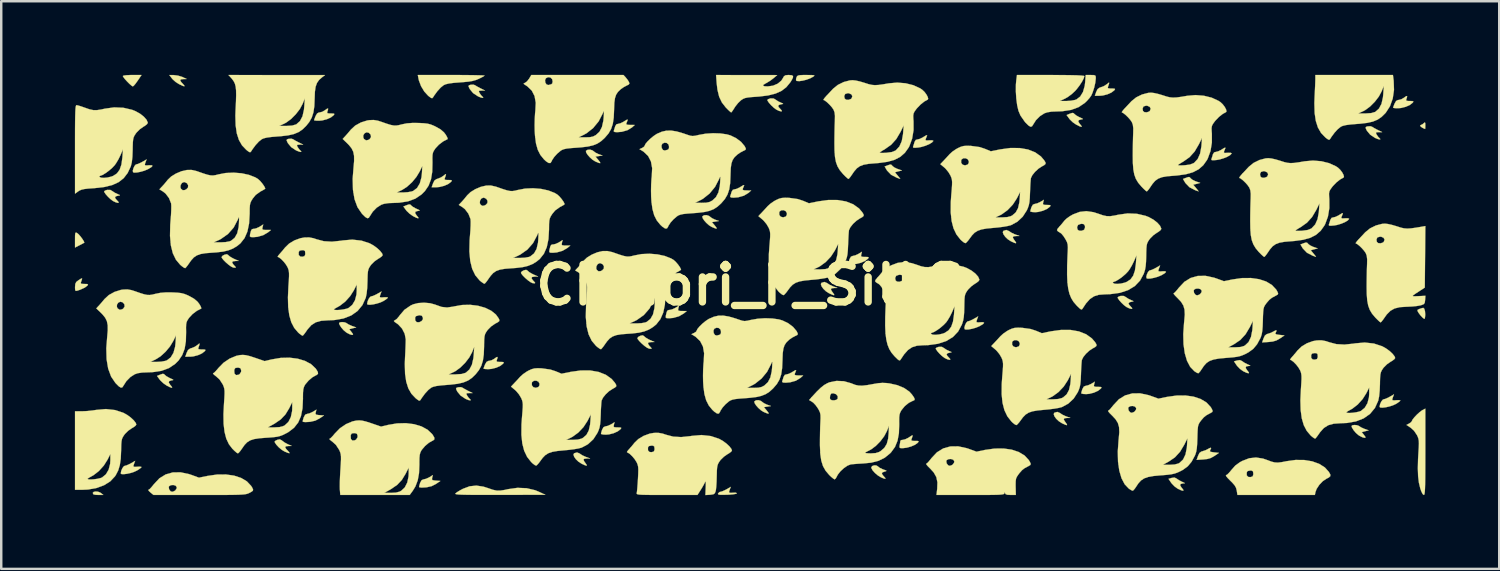
<source format=kicad_pcb>
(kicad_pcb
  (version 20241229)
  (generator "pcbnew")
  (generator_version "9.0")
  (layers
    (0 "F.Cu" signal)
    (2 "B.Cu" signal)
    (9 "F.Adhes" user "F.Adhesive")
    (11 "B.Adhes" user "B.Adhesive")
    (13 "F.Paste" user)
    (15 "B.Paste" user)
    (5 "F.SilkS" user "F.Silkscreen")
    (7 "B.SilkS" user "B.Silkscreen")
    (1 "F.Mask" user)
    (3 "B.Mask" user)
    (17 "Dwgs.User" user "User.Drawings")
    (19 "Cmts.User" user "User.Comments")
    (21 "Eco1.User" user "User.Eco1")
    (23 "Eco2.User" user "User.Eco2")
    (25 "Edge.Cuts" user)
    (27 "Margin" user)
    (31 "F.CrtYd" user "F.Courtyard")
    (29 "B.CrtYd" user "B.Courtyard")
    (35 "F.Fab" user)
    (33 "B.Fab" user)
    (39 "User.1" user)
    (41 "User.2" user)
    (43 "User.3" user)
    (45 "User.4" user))
  (footprint "Chidori_F_SilkS"
    (layer "F.Cu")
    (at 27.479 8.556)
    (property "Reference" "Chidori_F_SilkS" (at 0 0 0) (layer "F.SilkS") (effects (font (size 1.524 1.524) (thickness 0.3))))
    (attr through_hole)
    (fp_poly (pts (xy -26.542 8.417) (xy -26.448 8.453) (xy -26.422 8.471) (xy -26.32 8.551) (xy -26.509 8.551) (xy -26.63 8.546) (xy -26.712 8.531) (xy -26.726 8.523) (xy -26.752 8.467) (xy -26.716 8.428) (xy -26.639 8.41) (xy -26.542 8.417)) (stroke (width 0.01) (type solid)) (fill yes) (layer "F.SilkS"))
    (fp_poly (pts (xy -24.922 -8.319) (xy -25.008 -8.2) (xy -25.079 -8.116) (xy -25.12 -8.086) (xy -25.168 -8.114) (xy -25.254 -8.188) (xy -25.344 -8.277) (xy -25.44 -8.383) (xy -25.506 -8.469) (xy -25.527 -8.51) (xy -25.487 -8.529) (xy -25.378 -8.543) (xy -25.216 -8.551) (xy -25.146 -8.551) (xy -24.766 -8.551) (xy -24.922 -8.319)) (stroke (width 0.01) (type solid)) (fill yes) (layer "F.SilkS"))
    (fp_poly (pts (xy 27.513 -6.599) (xy 27.517 -6.506) (xy 27.517 -6.501) (xy 27.514 -6.403) (xy 27.508 -6.354) (xy 27.506 -6.353) (xy 27.465 -6.371) (xy 27.4 -6.402) (xy 27.327 -6.452) (xy 27.305 -6.498) (xy 27.342 -6.519) (xy 27.344 -6.519) (xy 27.403 -6.546) (xy 27.45 -6.586) (xy 27.494 -6.621) (xy 27.513 -6.599)) (stroke (width 0.01) (type solid)) (fill yes) (layer "F.SilkS"))
    (fp_poly (pts (xy -27.416 -2.13) (xy -27.389 -2.116) (xy -27.328 -2.066) (xy -27.252 -1.979) (xy -27.177 -1.879) (xy -27.119 -1.788) (xy -27.095 -1.73) (xy -27.098 -1.721) (xy -27.142 -1.696) (xy -27.236 -1.646) (xy -27.294 -1.617) (xy -27.474 -1.525) (xy -27.474 -1.844) (xy -27.473 -2.004) (xy -27.466 -2.096) (xy -27.449 -2.132) (xy -27.416 -2.13)) (stroke (width 0.01) (type solid)) (fill yes) (layer "F.SilkS"))
    (fp_poly (pts (xy 27.475 0.969) (xy 27.503 1.067) (xy 27.513 1.199) (xy 27.509 1.269) (xy 27.497 1.361) (xy 27.472 1.38) (xy 27.415 1.337) (xy 27.405 1.328) (xy 27.314 1.231) (xy 27.241 1.133) (xy 27.196 1.052) (xy 27.204 1.01) (xy 27.275 0.977) (xy 27.282 0.974) (xy 27.378 0.943) (xy 27.434 0.931) (xy 27.475 0.969)) (stroke (width 0.01) (type solid)) (fill yes) (layer "F.SilkS"))
    (fp_poly (pts (xy 2.491 -8.55) (xy 2.593 -8.546) (xy 2.635 -8.534) (xy 2.628 -8.513) (xy 2.587 -8.482) (xy 2.466 -8.416) (xy 2.317 -8.361) (xy 2.161 -8.321) (xy 2.023 -8.302) (xy 1.924 -8.308) (xy 1.891 -8.329) (xy 1.89 -8.389) (xy 1.909 -8.456) (xy 1.932 -8.502) (xy 1.972 -8.53) (xy 2.047 -8.545) (xy 2.175 -8.551) (xy 2.315 -8.551) (xy 2.491 -8.55)) (stroke (width 0.01) (type solid)) (fill yes) (layer "F.SilkS"))
    (fp_poly (pts (xy -23.448 -8.548) (xy -23.283 -8.527) (xy -23.118 -8.478) (xy -23.093 -8.467) (xy -22.924 -8.388) (xy -23.061 -8.385) (xy -23.162 -8.373) (xy -23.191 -8.335) (xy -23.149 -8.264) (xy -23.087 -8.197) (xy -23.02 -8.121) (xy -23.019 -8.091) (xy -23.085 -8.108) (xy -23.221 -8.172) (xy -23.24 -8.181) (xy -23.377 -8.269) (xy -23.498 -8.377) (xy -23.529 -8.414) (xy -23.633 -8.551) (xy -23.448 -8.548)) (stroke (width 0.01) (type solid)) (fill yes) (layer "F.SilkS"))
    (fp_poly (pts (xy 18.794 6.644) (xy 18.761 6.72) (xy 18.754 6.731) (xy 18.743 6.771) (xy 18.786 6.796) (xy 18.896 6.814) (xy 18.914 6.816) (xy 19.113 6.837) (xy 18.929 6.962) (xy 18.786 7.043) (xy 18.636 7.087) (xy 18.474 7.105) (xy 18.204 7.122) (xy 18.261 6.959) (xy 18.316 6.842) (xy 18.393 6.785) (xy 18.441 6.771) (xy 18.57 6.728) (xy 18.68 6.67) (xy 18.766 6.627) (xy 18.794 6.644)) (stroke (width 0.01) (type solid)) (fill yes) (layer "F.SilkS"))
    (fp_poly (pts (xy 21.461 1.86) (xy 21.428 1.936) (xy 21.421 1.947) (xy 21.41 1.987) (xy 21.453 2.012) (xy 21.563 2.03) (xy 21.581 2.032) (xy 21.78 2.053) (xy 21.596 2.178) (xy 21.453 2.259) (xy 21.303 2.303) (xy 21.141 2.321) (xy 20.871 2.338) (xy 20.928 2.175) (xy 20.983 2.059) (xy 21.06 2.001) (xy 21.108 1.987) (xy 21.237 1.944) (xy 21.347 1.886) (xy 21.433 1.843) (xy 21.461 1.86)) (stroke (width 0.01) (type solid)) (fill yes) (layer "F.SilkS"))
    (fp_poly (pts (xy 0.463 4.723) (xy 0.491 4.746) (xy 0.578 4.811) (xy 0.698 4.87) (xy 0.714 4.876) (xy 0.868 4.929) (xy 0.58 4.974) (xy 0.696 5.112) (xy 0.764 5.199) (xy 0.775 5.239) (xy 0.723 5.233) (xy 0.604 5.185) (xy 0.565 5.168) (xy 0.46 5.102) (xy 0.353 5.007) (xy 0.261 4.902) (xy 0.201 4.807) (xy 0.19 4.742) (xy 0.192 4.739) (xy 0.262 4.696) (xy 0.366 4.69) (xy 0.463 4.723)) (stroke (width 0.01) (type solid)) (fill yes) (layer "F.SilkS"))
    (fp_poly (pts (xy -19.836 -2.354) (xy -19.847 -2.286) (xy -19.823 -2.253) (xy -19.744 -2.243) (xy -19.679 -2.242) (xy -19.494 -2.241) (xy -19.616 -2.142) (xy -19.81 -2.028) (xy -20.047 -1.961) (xy -20.212 -1.947) (xy -20.314 -1.952) (xy -20.352 -1.979) (xy -20.347 -2.051) (xy -20.34 -2.085) (xy -20.309 -2.206) (xy -20.275 -2.266) (xy -20.222 -2.285) (xy -20.185 -2.286) (xy -20.093 -2.308) (xy -19.976 -2.361) (xy -19.953 -2.375) (xy -19.808 -2.465) (xy -19.836 -2.354)) (stroke (width 0.01) (type solid)) (fill yes) (layer "F.SilkS"))
    (fp_poly (pts (xy -17.669 5.181) (xy -17.679 5.248) (xy -17.651 5.281) (xy -17.565 5.296) (xy -17.516 5.3) (xy -17.335 5.313) (xy -17.513 5.433) (xy -17.687 5.524) (xy -17.892 5.571) (xy -17.947 5.576) (xy -18.096 5.584) (xy -18.185 5.574) (xy -18.203 5.558) (xy -18.19 5.492) (xy -18.159 5.389) (xy -18.157 5.383) (xy -18.099 5.28) (xy -18.019 5.249) (xy -17.924 5.227) (xy -17.806 5.174) (xy -17.785 5.162) (xy -17.643 5.075) (xy -17.669 5.181)) (stroke (width 0.01) (type solid)) (fill yes) (layer "F.SilkS"))
    (fp_poly (pts (xy -12.928 7.848) (xy -12.938 7.915) (xy -12.909 7.948) (xy -12.823 7.963) (xy -12.774 7.967) (xy -12.594 7.98) (xy -12.771 8.1) (xy -12.946 8.191) (xy -13.15 8.238) (xy -13.205 8.243) (xy -13.355 8.251) (xy -13.443 8.241) (xy -13.462 8.225) (xy -13.449 8.159) (xy -13.418 8.056) (xy -13.416 8.05) (xy -13.357 7.947) (xy -13.278 7.916) (xy -13.183 7.894) (xy -13.065 7.841) (xy -13.044 7.829) (xy -12.901 7.742) (xy -12.928 7.848)) (stroke (width 0.01) (type solid)) (fill yes) (layer "F.SilkS"))
    (fp_poly (pts (xy -7.644 -1.719) (xy -7.655 -1.651) (xy -7.631 -1.618) (xy -7.552 -1.608) (xy -7.487 -1.607) (xy -7.303 -1.606) (xy -7.424 -1.507) (xy -7.618 -1.393) (xy -7.855 -1.326) (xy -8.02 -1.312) (xy -8.122 -1.317) (xy -8.16 -1.344) (xy -8.155 -1.416) (xy -8.148 -1.45) (xy -8.117 -1.571) (xy -8.083 -1.631) (xy -8.03 -1.65) (xy -7.993 -1.651) (xy -7.901 -1.673) (xy -7.784 -1.726) (xy -7.761 -1.74) (xy -7.616 -1.83) (xy -7.644 -1.719)) (stroke (width 0.01) (type solid)) (fill yes) (layer "F.SilkS"))
    (fp_poly (pts (xy -6.914 6.867) (xy -6.901 6.879) (xy -6.817 6.934) (xy -6.695 6.991) (xy -6.665 7.003) (xy -6.498 7.064) (xy -6.636 7.067) (xy -6.736 7.079) (xy -6.767 7.117) (xy -6.73 7.194) (xy -6.686 7.254) (xy -6.634 7.33) (xy -6.637 7.36) (xy -6.7 7.344) (xy -6.831 7.285) (xy -6.846 7.277) (xy -6.97 7.197) (xy -7.075 7.097) (xy -7.147 6.995) (xy -7.175 6.907) (xy -7.15 6.854) (xy -7.029 6.819) (xy -6.914 6.867)) (stroke (width 0.01) (type solid)) (fill yes) (layer "F.SilkS"))
    (fp_poly (pts (xy -6.395 -5.479) (xy -6.367 -5.457) (xy -6.28 -5.391) (xy -6.16 -5.332) (xy -6.144 -5.326) (xy -5.99 -5.273) (xy -6.134 -5.251) (xy -6.278 -5.228) (xy -6.162 -5.091) (xy -6.094 -5.003) (xy -6.083 -4.963) (xy -6.135 -4.969) (xy -6.254 -5.017) (xy -6.293 -5.035) (xy -6.398 -5.1) (xy -6.505 -5.196) (xy -6.597 -5.3) (xy -6.657 -5.395) (xy -6.668 -5.46) (xy -6.666 -5.463) (xy -6.596 -5.507) (xy -6.492 -5.512) (xy -6.395 -5.479)) (stroke (width 0.01) (type solid)) (fill yes) (layer "F.SilkS"))
    (fp_poly (pts (xy -2.902 0.948) (xy -2.914 1.016) (xy -2.89 1.049) (xy -2.81 1.059) (xy -2.746 1.06) (xy -2.561 1.061) (xy -2.682 1.16) (xy -2.877 1.274) (xy -3.114 1.341) (xy -3.279 1.355) (xy -3.381 1.35) (xy -3.419 1.323) (xy -3.413 1.251) (xy -3.406 1.217) (xy -3.376 1.096) (xy -3.342 1.036) (xy -3.288 1.017) (xy -3.252 1.016) (xy -3.159 0.994) (xy -3.043 0.941) (xy -3.019 0.927) (xy -2.875 0.837) (xy -2.902 0.948)) (stroke (width 0.01) (type solid)) (fill yes) (layer "F.SilkS"))
    (fp_poly (pts (xy -1.653 -2.812) (xy -1.626 -2.79) (xy -1.539 -2.724) (xy -1.418 -2.665) (xy -1.402 -2.659) (xy -1.249 -2.606) (xy -1.393 -2.584) (xy -1.537 -2.561) (xy -1.421 -2.424) (xy -1.353 -2.336) (xy -1.342 -2.296) (xy -1.393 -2.302) (xy -1.512 -2.35) (xy -1.552 -2.368) (xy -1.656 -2.433) (xy -1.764 -2.529) (xy -1.856 -2.633) (xy -1.916 -2.728) (xy -1.927 -2.793) (xy -1.925 -2.796) (xy -1.855 -2.84) (xy -1.751 -2.845) (xy -1.653 -2.812)) (stroke (width 0.01) (type solid)) (fill yes) (layer "F.SilkS"))
    (fp_poly (pts (xy 3.161 -0.075) (xy 3.174 -0.064) (xy 3.259 -0.009) (xy 3.38 0.048) (xy 3.411 0.06) (xy 3.577 0.121) (xy 3.44 0.124) (xy 3.339 0.136) (xy 3.309 0.174) (xy 3.345 0.252) (xy 3.39 0.312) (xy 3.442 0.387) (xy 3.439 0.417) (xy 3.375 0.402) (xy 3.245 0.342) (xy 3.229 0.335) (xy 3.105 0.255) (xy 3.001 0.155) (xy 2.928 0.052) (xy 2.9 -0.036) (xy 2.925 -0.088) (xy 3.046 -0.124) (xy 3.161 -0.075)) (stroke (width 0.01) (type solid)) (fill yes) (layer "F.SilkS"))
    (fp_poly (pts (xy 5.763 -4.902) (xy 5.805 -4.861) (xy 5.817 -4.846) (xy 5.886 -4.791) (xy 5.998 -4.736) (xy 6.033 -4.723) (xy 6.202 -4.665) (xy 6.059 -4.628) (xy 5.916 -4.591) (xy 6.031 -4.454) (xy 6.098 -4.372) (xy 6.131 -4.325) (xy 6.132 -4.321) (xy 6.086 -4.336) (xy 5.995 -4.368) (xy 5.99 -4.37) (xy 5.761 -4.489) (xy 5.596 -4.661) (xy 5.575 -4.695) (xy 5.498 -4.826) (xy 5.609 -4.868) (xy 5.709 -4.903) (xy 5.763 -4.902)) (stroke (width 0.01) (type solid)) (fill yes) (layer "F.SilkS"))
    (fp_poly (pts (xy 10.57 -2.192) (xy 10.583 -2.181) (xy 10.667 -2.126) (xy 10.788 -2.068) (xy 10.819 -2.057) (xy 10.986 -1.996) (xy 10.848 -1.993) (xy 10.747 -1.981) (xy 10.717 -1.942) (xy 10.753 -1.865) (xy 10.798 -1.805) (xy 10.85 -1.729) (xy 10.847 -1.7) (xy 10.783 -1.715) (xy 10.653 -1.774) (xy 10.637 -1.782) (xy 10.513 -1.862) (xy 10.409 -1.962) (xy 10.336 -2.065) (xy 10.309 -2.152) (xy 10.334 -2.205) (xy 10.454 -2.241) (xy 10.57 -2.192)) (stroke (width 0.01) (type solid)) (fill yes) (layer "F.SilkS"))
    (fp_poly (pts (xy 12.644 5.216) (xy 12.657 5.228) (xy 12.741 5.283) (xy 12.863 5.34) (xy 12.893 5.352) (xy 13.06 5.413) (xy 12.922 5.416) (xy 12.822 5.428) (xy 12.791 5.466) (xy 12.828 5.543) (xy 12.872 5.603) (xy 12.924 5.679) (xy 12.921 5.709) (xy 12.858 5.693) (xy 12.727 5.634) (xy 12.712 5.626) (xy 12.588 5.546) (xy 12.483 5.446) (xy 12.411 5.344) (xy 12.383 5.256) (xy 12.408 5.203) (xy 12.529 5.168) (xy 12.644 5.216)) (stroke (width 0.01) (type solid)) (fill yes) (layer "F.SilkS"))
    (fp_poly (pts (xy 17.913 -4.394) (xy 17.955 -4.353) (xy 17.966 -4.338) (xy 18.035 -4.283) (xy 18.148 -4.228) (xy 18.183 -4.215) (xy 18.351 -4.157) (xy 18.209 -4.12) (xy 18.066 -4.083) (xy 18.181 -3.946) (xy 18.248 -3.864) (xy 18.281 -3.817) (xy 18.281 -3.813) (xy 18.236 -3.828) (xy 18.145 -3.86) (xy 18.14 -3.862) (xy 17.911 -3.981) (xy 17.746 -4.153) (xy 17.725 -4.187) (xy 17.648 -4.318) (xy 17.759 -4.36) (xy 17.859 -4.395) (xy 17.913 -4.394)) (stroke (width 0.01) (type solid)) (fill yes) (layer "F.SilkS"))
    (fp_poly (pts (xy 22.697 -1.727) (xy 22.738 -1.686) (xy 22.75 -1.671) (xy 22.819 -1.616) (xy 22.931 -1.561) (xy 22.966 -1.548) (xy 23.135 -1.49) (xy 22.992 -1.453) (xy 22.85 -1.416) (xy 22.964 -1.279) (xy 23.031 -1.197) (xy 23.065 -1.15) (xy 23.065 -1.146) (xy 23.019 -1.161) (xy 22.928 -1.193) (xy 22.924 -1.195) (xy 22.695 -1.314) (xy 22.53 -1.486) (xy 22.508 -1.52) (xy 22.432 -1.651) (xy 22.543 -1.693) (xy 22.643 -1.728) (xy 22.697 -1.727)) (stroke (width 0.01) (type solid)) (fill yes) (layer "F.SilkS"))
    (fp_poly (pts (xy -27.193 -0.221) (xy -27.219 -0.151) (xy -27.24 -0.082) (xy -27.221 -0.051) (xy -27.142 -0.043) (xy -27.087 -0.042) (xy -26.981 -0.039) (xy -26.944 -0.022) (xy -26.962 0.016) (xy -26.972 0.028) (xy -27.077 0.108) (xy -27.255 0.189) (xy -27.379 0.231) (xy -27.438 0.242) (xy -27.466 0.213) (xy -27.473 0.127) (xy -27.473 0.077) (xy -27.462 -0.047) (xy -27.421 -0.125) (xy -27.329 -0.196) (xy -27.324 -0.199) (xy -27.226 -0.26) (xy -27.186 -0.269) (xy -27.193 -0.221)) (stroke (width 0.01) (type solid)) (fill yes) (layer "F.SilkS"))
    (fp_poly (pts (xy -23.848 3.628) (xy -23.819 3.659) (xy -23.751 3.715) (xy -23.64 3.778) (xy -23.601 3.797) (xy -23.499 3.843) (xy -23.469 3.867) (xy -23.504 3.879) (xy -23.548 3.885) (xy -23.64 3.915) (xy -23.656 3.973) (xy -23.598 4.065) (xy -23.572 4.093) (xy -23.518 4.164) (xy -23.531 4.187) (xy -23.612 4.161) (xy -23.742 4.096) (xy -23.878 4.001) (xy -24 3.884) (xy -24.026 3.852) (xy -24.134 3.704) (xy -24 3.649) (xy -23.903 3.617) (xy -23.848 3.628)) (stroke (width 0.01) (type solid)) (fill yes) (layer "F.SilkS"))
    (fp_poly (pts (xy -22.398 2.392) (xy -22.417 2.466) (xy -22.436 2.516) (xy -22.457 2.585) (xy -22.437 2.616) (xy -22.358 2.624) (xy -22.303 2.625) (xy -22.197 2.628) (xy -22.16 2.645) (xy -22.178 2.683) (xy -22.188 2.695) (xy -22.303 2.785) (xy -22.47 2.86) (xy -22.658 2.909) (xy -22.784 2.92) (xy -22.983 2.921) (xy -22.928 2.764) (xy -22.872 2.649) (xy -22.787 2.588) (xy -22.729 2.57) (xy -22.599 2.518) (xy -22.49 2.445) (xy -22.421 2.387) (xy -22.398 2.392)) (stroke (width 0.01) (type solid)) (fill yes) (layer "F.SilkS"))
    (fp_poly (pts (xy -18.588 -5.932) (xy -18.509 -5.883) (xy -18.392 -5.82) (xy -18.352 -5.8) (xy -18.182 -5.717) (xy -18.321 -5.716) (xy -18.413 -5.71) (xy -18.437 -5.684) (xy -18.41 -5.62) (xy -18.343 -5.524) (xy -18.292 -5.473) (xy -18.255 -5.431) (xy -18.281 -5.418) (xy -18.353 -5.433) (xy -18.455 -5.474) (xy -18.478 -5.485) (xy -18.671 -5.614) (xy -18.802 -5.772) (xy -18.822 -5.809) (xy -18.858 -5.891) (xy -18.841 -5.93) (xy -18.769 -5.953) (xy -18.654 -5.957) (xy -18.588 -5.932)) (stroke (width 0.01) (type solid)) (fill yes) (layer "F.SilkS"))
    (fp_poly (pts (xy -16.505 1.518) (xy -16.427 1.545) (xy -16.418 1.553) (xy -16.331 1.608) (xy -16.209 1.663) (xy -16.185 1.672) (xy -16.023 1.728) (xy -16.164 1.764) (xy -16.305 1.801) (xy -16.214 1.916) (xy -16.157 1.994) (xy -16.153 2.026) (xy -16.198 2.032) (xy -16.201 2.032) (xy -16.282 2.009) (xy -16.394 1.952) (xy -16.436 1.925) (xy -16.542 1.835) (xy -16.638 1.722) (xy -16.704 1.614) (xy -16.722 1.552) (xy -16.686 1.522) (xy -16.602 1.51) (xy -16.505 1.518)) (stroke (width 0.01) (type solid)) (fill yes) (layer "F.SilkS"))
    (fp_poly (pts (xy -13.815 -3.273) (xy -13.786 -3.242) (xy -13.718 -3.185) (xy -13.607 -3.122) (xy -13.568 -3.104) (xy -13.466 -3.058) (xy -13.436 -3.034) (xy -13.471 -3.021) (xy -13.515 -3.015) (xy -13.607 -2.986) (xy -13.623 -2.928) (xy -13.565 -2.836) (xy -13.539 -2.807) (xy -13.485 -2.736) (xy -13.498 -2.714) (xy -13.579 -2.739) (xy -13.709 -2.805) (xy -13.845 -2.899) (xy -13.967 -3.016) (xy -13.993 -3.048) (xy -14.101 -3.196) (xy -13.967 -3.251) (xy -13.87 -3.283) (xy -13.815 -3.273)) (stroke (width 0.01) (type solid)) (fill yes) (layer "F.SilkS"))
    (fp_poly (pts (xy -12.365 -4.508) (xy -12.384 -4.434) (xy -12.403 -4.384) (xy -12.424 -4.315) (xy -12.404 -4.284) (xy -12.325 -4.276) (xy -12.27 -4.276) (xy -12.164 -4.272) (xy -12.127 -4.256) (xy -12.145 -4.217) (xy -12.155 -4.205) (xy -12.27 -4.115) (xy -12.437 -4.04) (xy -12.625 -3.992) (xy -12.751 -3.98) (xy -12.95 -3.979) (xy -12.895 -4.136) (xy -12.839 -4.251) (xy -12.754 -4.312) (xy -12.696 -4.33) (xy -12.566 -4.383) (xy -12.457 -4.456) (xy -12.388 -4.513) (xy -12.365 -4.508)) (stroke (width 0.01) (type solid)) (fill yes) (layer "F.SilkS"))
    (fp_poly (pts (xy -11.688 4.186) (xy -11.608 4.235) (xy -11.491 4.298) (xy -11.451 4.318) (xy -11.282 4.401) (xy -11.421 4.402) (xy -11.513 4.407) (xy -11.537 4.434) (xy -11.509 4.498) (xy -11.442 4.594) (xy -11.391 4.645) (xy -11.355 4.686) (xy -11.381 4.699) (xy -11.453 4.685) (xy -11.555 4.644) (xy -11.578 4.632) (xy -11.771 4.504) (xy -11.901 4.346) (xy -11.922 4.308) (xy -11.958 4.227) (xy -11.94 4.188) (xy -11.869 4.165) (xy -11.754 4.16) (xy -11.688 4.186)) (stroke (width 0.01) (type solid)) (fill yes) (layer "F.SilkS"))
    (fp_poly (pts (xy -11.18 -8.133) (xy -11.1 -8.084) (xy -10.983 -8.021) (xy -10.943 -8.001) (xy -10.774 -7.918) (xy -10.913 -7.917) (xy -11.005 -7.912) (xy -11.029 -7.885) (xy -11.001 -7.821) (xy -10.934 -7.725) (xy -10.883 -7.674) (xy -10.847 -7.633) (xy -10.873 -7.62) (xy -10.945 -7.634) (xy -11.047 -7.675) (xy -11.07 -7.687) (xy -11.263 -7.815) (xy -11.393 -7.973) (xy -11.414 -8.011) (xy -11.45 -8.092) (xy -11.432 -8.131) (xy -11.361 -8.154) (xy -11.246 -8.159) (xy -11.18 -8.133)) (stroke (width 0.01) (type solid)) (fill yes) (layer "F.SilkS"))
    (fp_poly (pts (xy -4.969 -6.712) (xy -5.009 -6.613) (xy -5.021 -6.583) (xy -5.02 -6.542) (xy -4.965 -6.523) (xy -4.862 -6.518) (xy -4.678 -6.517) (xy -4.794 -6.414) (xy -4.976 -6.304) (xy -5.208 -6.238) (xy -5.391 -6.223) (xy -5.496 -6.23) (xy -5.534 -6.255) (xy -5.529 -6.29) (xy -5.498 -6.385) (xy -5.477 -6.46) (xy -5.426 -6.544) (xy -5.356 -6.562) (xy -5.263 -6.585) (xy -5.144 -6.643) (xy -5.102 -6.67) (xy -5.003 -6.729) (xy -4.965 -6.733) (xy -4.969 -6.712)) (stroke (width 0.01) (type solid)) (fill yes) (layer "F.SilkS"))
    (fp_poly (pts (xy -0.807 8.325) (xy -0.838 8.418) (xy -0.827 8.46) (xy -0.758 8.466) (xy -0.677 8.459) (xy -0.566 8.458) (xy -0.521 8.479) (xy -0.522 8.487) (xy -0.568 8.507) (xy -0.68 8.526) (xy -0.839 8.539) (xy -0.923 8.542) (xy -1.107 8.546) (xy -1.219 8.543) (xy -1.276 8.53) (xy -1.29 8.506) (xy -1.286 8.489) (xy -1.227 8.432) (xy -1.191 8.424) (xy -1.115 8.403) (xy -1.001 8.352) (xy -0.944 8.322) (xy -0.767 8.22) (xy -0.807 8.325)) (stroke (width 0.01) (type solid)) (fill yes) (layer "F.SilkS"))
    (fp_poly (pts (xy -0.227 -4.045) (xy -0.268 -3.946) (xy -0.28 -3.916) (xy -0.279 -3.875) (xy -0.224 -3.856) (xy -0.121 -3.851) (xy 0.064 -3.85) (xy -0.053 -3.747) (xy -0.235 -3.637) (xy -0.467 -3.571) (xy -0.65 -3.556) (xy -0.755 -3.563) (xy -0.793 -3.588) (xy -0.788 -3.623) (xy -0.757 -3.718) (xy -0.736 -3.793) (xy -0.685 -3.877) (xy -0.615 -3.895) (xy -0.522 -3.918) (xy -0.403 -3.976) (xy -0.36 -4.003) (xy -0.262 -4.062) (xy -0.224 -4.066) (xy -0.227 -4.045)) (stroke (width 0.01) (type solid)) (fill yes) (layer "F.SilkS"))
    (fp_poly (pts (xy 1.889 3.49) (xy 1.849 3.59) (xy 1.837 3.619) (xy 1.838 3.66) (xy 1.893 3.679) (xy 1.996 3.684) (xy 2.18 3.686) (xy 2.064 3.788) (xy 1.882 3.899) (xy 1.65 3.964) (xy 1.467 3.979) (xy 1.362 3.973) (xy 1.324 3.948) (xy 1.329 3.912) (xy 1.36 3.817) (xy 1.381 3.743) (xy 1.432 3.659) (xy 1.502 3.641) (xy 1.595 3.617) (xy 1.714 3.559) (xy 1.756 3.532) (xy 1.855 3.473) (xy 1.893 3.469) (xy 1.889 3.49)) (stroke (width 0.01) (type solid)) (fill yes) (layer "F.SilkS"))
    (fp_poly (pts (xy 13.194 -6.998) (xy 13.223 -6.967) (xy 13.291 -6.911) (xy 13.402 -6.847) (xy 13.441 -6.829) (xy 13.542 -6.783) (xy 13.573 -6.759) (xy 13.538 -6.746) (xy 13.494 -6.74) (xy 13.402 -6.711) (xy 13.385 -6.653) (xy 13.444 -6.561) (xy 13.469 -6.533) (xy 13.524 -6.462) (xy 13.51 -6.439) (xy 13.43 -6.465) (xy 13.3 -6.53) (xy 13.163 -6.624) (xy 13.041 -6.741) (xy 13.016 -6.773) (xy 12.908 -6.921) (xy 13.041 -6.976) (xy 13.138 -7.008) (xy 13.194 -6.998)) (stroke (width 0.01) (type solid)) (fill yes) (layer "F.SilkS"))
    (fp_poly (pts (xy 14.644 -8.233) (xy 14.624 -8.159) (xy 14.606 -8.11) (xy 14.585 -8.041) (xy 14.605 -8.01) (xy 14.683 -8.001) (xy 14.738 -8.001) (xy 14.845 -7.998) (xy 14.881 -7.981) (xy 14.863 -7.943) (xy 14.854 -7.931) (xy 14.739 -7.841) (xy 14.572 -7.765) (xy 14.384 -7.717) (xy 14.258 -7.706) (xy 14.059 -7.705) (xy 14.113 -7.862) (xy 14.17 -7.977) (xy 14.254 -8.037) (xy 14.312 -8.056) (xy 14.443 -8.108) (xy 14.552 -8.181) (xy 14.621 -8.239) (xy 14.644 -8.233)) (stroke (width 0.01) (type solid)) (fill yes) (layer "F.SilkS"))
    (fp_poly (pts (xy 24.728 5.709) (xy 24.805 5.736) (xy 24.815 5.744) (xy 24.902 5.799) (xy 25.024 5.854) (xy 25.048 5.863) (xy 25.209 5.919) (xy 25.069 5.955) (xy 24.928 5.992) (xy 25.019 6.107) (xy 25.076 6.185) (xy 25.08 6.217) (xy 25.034 6.223) (xy 25.032 6.223) (xy 24.95 6.2) (xy 24.838 6.143) (xy 24.796 6.116) (xy 24.691 6.026) (xy 24.595 5.913) (xy 24.529 5.805) (xy 24.511 5.743) (xy 24.547 5.713) (xy 24.63 5.701) (xy 24.728 5.709)) (stroke (width 0.01) (type solid)) (fill yes) (layer "F.SilkS"))
    (fp_poly (pts (xy 25.354 -6.44) (xy 25.433 -6.391) (xy 25.55 -6.328) (xy 25.59 -6.308) (xy 25.76 -6.225) (xy 25.621 -6.224) (xy 25.529 -6.218) (xy 25.505 -6.192) (xy 25.532 -6.128) (xy 25.599 -6.032) (xy 25.65 -5.981) (xy 25.687 -5.939) (xy 25.661 -5.926) (xy 25.589 -5.941) (xy 25.487 -5.982) (xy 25.464 -5.993) (xy 25.271 -6.122) (xy 25.14 -6.28) (xy 25.12 -6.317) (xy 25.084 -6.399) (xy 25.101 -6.438) (xy 25.173 -6.461) (xy 25.288 -6.465) (xy 25.354 -6.44)) (stroke (width 0.01) (type solid)) (fill yes) (layer "F.SilkS"))
    (fp_poly (pts (xy -24.598 -5.01) (xy -24.63 -4.917) (xy -24.619 -4.875) (xy -24.549 -4.869) (xy -24.468 -4.876) (xy -24.353 -4.877) (xy -24.318 -4.851) (xy -24.362 -4.801) (xy -24.485 -4.726) (xy -24.514 -4.711) (xy -24.65 -4.654) (xy -24.803 -4.61) (xy -24.947 -4.582) (xy -25.059 -4.576) (xy -25.11 -4.591) (xy -25.121 -4.654) (xy -25.097 -4.75) (xy -25.052 -4.846) (xy -24.999 -4.905) (xy -24.98 -4.911) (xy -24.905 -4.932) (xy -24.792 -4.983) (xy -24.736 -5.013) (xy -24.558 -5.115) (xy -24.598 -5.01)) (stroke (width 0.01) (type solid)) (fill yes) (layer "F.SilkS"))
    (fp_poly (pts (xy -21.238 -1.224) (xy -21.228 -1.21) (xy -21.162 -1.155) (xy -21.05 -1.09) (xy -20.993 -1.062) (xy -20.807 -0.98) (xy -20.944 -0.977) (xy -21.049 -0.961) (xy -21.076 -0.915) (xy -21.027 -0.836) (xy -20.994 -0.801) (xy -20.93 -0.73) (xy -20.935 -0.703) (xy -21.014 -0.708) (xy -21.032 -0.711) (xy -21.111 -0.747) (xy -21.218 -0.823) (xy -21.332 -0.921) (xy -21.431 -1.021) (xy -21.494 -1.103) (xy -21.505 -1.137) (xy -21.47 -1.187) (xy -21.39 -1.231) (xy -21.296 -1.253) (xy -21.238 -1.224)) (stroke (width 0.01) (type solid)) (fill yes) (layer "F.SilkS"))
    (fp_poly (pts (xy -19.052 6.328) (xy -19.033 6.345) (xy -18.932 6.419) (xy -18.806 6.487) (xy -18.796 6.491) (xy -18.648 6.555) (xy -18.785 6.558) (xy -18.887 6.571) (xy -18.916 6.608) (xy -18.874 6.68) (xy -18.811 6.746) (xy -18.745 6.821) (xy -18.741 6.851) (xy -18.803 6.838) (xy -18.934 6.784) (xy -18.949 6.777) (xy -19.058 6.71) (xy -19.174 6.613) (xy -19.273 6.507) (xy -19.335 6.415) (xy -19.346 6.377) (xy -19.311 6.343) (xy -19.234 6.305) (xy -19.135 6.286) (xy -19.052 6.328)) (stroke (width 0.01) (type solid)) (fill yes) (layer "F.SilkS"))
    (fp_poly (pts (xy -9.046 -0.589) (xy -9.036 -0.575) (xy -8.97 -0.52) (xy -8.858 -0.455) (xy -8.801 -0.427) (xy -8.615 -0.345) (xy -8.752 -0.342) (xy -8.857 -0.326) (xy -8.884 -0.28) (xy -8.835 -0.201) (xy -8.802 -0.166) (xy -8.738 -0.095) (xy -8.743 -0.068) (xy -8.822 -0.073) (xy -8.84 -0.076) (xy -8.919 -0.112) (xy -9.026 -0.188) (xy -9.14 -0.286) (xy -9.239 -0.386) (xy -9.302 -0.468) (xy -9.313 -0.502) (xy -9.278 -0.552) (xy -9.198 -0.596) (xy -9.104 -0.618) (xy -9.046 -0.589)) (stroke (width 0.01) (type solid)) (fill yes) (layer "F.SilkS"))
    (fp_poly (pts (xy -4.305 2.078) (xy -4.294 2.092) (xy -4.228 2.147) (xy -4.117 2.212) (xy -4.06 2.24) (xy -3.873 2.322) (xy -4.011 2.325) (xy -4.116 2.341) (xy -4.142 2.387) (xy -4.093 2.466) (xy -4.06 2.501) (xy -3.997 2.572) (xy -4.002 2.599) (xy -4.081 2.594) (xy -4.098 2.591) (xy -4.178 2.555) (xy -4.285 2.479) (xy -4.398 2.381) (xy -4.497 2.281) (xy -4.56 2.199) (xy -4.572 2.165) (xy -4.537 2.115) (xy -4.457 2.071) (xy -4.363 2.049) (xy -4.305 2.078)) (stroke (width 0.01) (type solid)) (fill yes) (layer "F.SilkS"))
    (fp_poly (pts (xy 5.16 7.349) (xy 5.223 7.387) (xy 5.292 7.443) (xy 5.406 7.499) (xy 5.44 7.512) (xy 5.544 7.549) (xy 5.574 7.571) (xy 5.538 7.588) (xy 5.493 7.6) (xy 5.401 7.636) (xy 5.385 7.689) (xy 5.444 7.771) (xy 5.465 7.793) (xy 5.528 7.866) (xy 5.525 7.894) (xy 5.452 7.877) (xy 5.352 7.835) (xy 5.225 7.759) (xy 5.103 7.656) (xy 5.006 7.547) (xy 4.956 7.452) (xy 4.953 7.431) (xy 4.988 7.375) (xy 5.069 7.345) (xy 5.16 7.349)) (stroke (width 0.01) (type solid)) (fill yes) (layer "F.SilkS"))
    (fp_poly (pts (xy 9.268 1.382) (xy 9.237 1.476) (xy 9.248 1.517) (xy 9.317 1.524) (xy 9.398 1.517) (xy 9.513 1.516) (xy 9.549 1.541) (xy 9.505 1.592) (xy 9.382 1.666) (xy 9.352 1.682) (xy 9.217 1.738) (xy 9.064 1.783) (xy 8.919 1.81) (xy 8.807 1.816) (xy 8.757 1.801) (xy 8.746 1.738) (xy 8.77 1.642) (xy 8.815 1.547) (xy 8.867 1.487) (xy 8.887 1.481) (xy 8.961 1.461) (xy 9.074 1.41) (xy 9.131 1.379) (xy 9.308 1.278) (xy 9.268 1.382)) (stroke (width 0.01) (type solid)) (fill yes) (layer "F.SilkS"))
    (fp_poly (pts (xy 16.677 -0.692) (xy 16.645 -0.599) (xy 16.656 -0.557) (xy 16.726 -0.551) (xy 16.807 -0.558) (xy 16.922 -0.559) (xy 16.957 -0.533) (xy 16.913 -0.483) (xy 16.79 -0.408) (xy 16.761 -0.393) (xy 16.625 -0.336) (xy 16.472 -0.292) (xy 16.328 -0.264) (xy 16.216 -0.258) (xy 16.165 -0.273) (xy 16.154 -0.336) (xy 16.178 -0.432) (xy 16.223 -0.528) (xy 16.276 -0.587) (xy 16.295 -0.593) (xy 16.37 -0.614) (xy 16.483 -0.665) (xy 16.539 -0.695) (xy 16.717 -0.797) (xy 16.677 -0.692)) (stroke (width 0.01) (type solid)) (fill yes) (layer "F.SilkS"))
    (fp_poly (pts (xy 17.384 7.881) (xy 17.389 7.885) (xy 17.478 7.946) (xy 17.597 8.009) (xy 17.611 8.015) (xy 17.703 8.056) (xy 17.723 8.075) (xy 17.674 8.081) (xy 17.642 8.082) (xy 17.55 8.104) (xy 17.534 8.162) (xy 17.593 8.257) (xy 17.618 8.284) (xy 17.669 8.354) (xy 17.652 8.38) (xy 17.573 8.361) (xy 17.437 8.298) (xy 17.432 8.295) (xy 17.305 8.204) (xy 17.188 8.083) (xy 17.166 8.054) (xy 17.058 7.895) (xy 17.187 7.857) (xy 17.301 7.841) (xy 17.384 7.881)) (stroke (width 0.01) (type solid)) (fill yes) (layer "F.SilkS"))
    (fp_poly (pts (xy 20.051 3.097) (xy 20.056 3.101) (xy 20.145 3.163) (xy 20.264 3.225) (xy 20.278 3.231) (xy 20.37 3.273) (xy 20.39 3.291) (xy 20.341 3.298) (xy 20.309 3.299) (xy 20.217 3.32) (xy 20.201 3.378) (xy 20.26 3.473) (xy 20.285 3.5) (xy 20.336 3.57) (xy 20.319 3.596) (xy 20.24 3.577) (xy 20.104 3.514) (xy 20.099 3.511) (xy 19.972 3.42) (xy 19.855 3.299) (xy 19.833 3.27) (xy 19.725 3.111) (xy 19.854 3.074) (xy 19.968 3.058) (xy 20.051 3.097)) (stroke (width 0.01) (type solid)) (fill yes) (layer "F.SilkS"))
    (fp_poly (pts (xy -26.035 -3.871) (xy -25.953 -3.823) (xy -25.847 -3.753) (xy -25.727 -3.697) (xy -25.649 -3.663) (xy -25.651 -3.646) (xy -25.675 -3.643) (xy -25.777 -3.622) (xy -25.819 -3.602) (xy -25.847 -3.565) (xy -25.819 -3.51) (xy -25.768 -3.454) (xy -25.702 -3.382) (xy -25.698 -3.35) (xy -25.73 -3.344) (xy -25.814 -3.366) (xy -25.921 -3.417) (xy -25.931 -3.423) (xy -26.03 -3.497) (xy -26.134 -3.596) (xy -26.225 -3.699) (xy -26.281 -3.782) (xy -26.289 -3.81) (xy -26.253 -3.843) (xy -26.166 -3.873) (xy -26.035 -3.871)) (stroke (width 0.01) (type solid)) (fill yes) (layer "F.SilkS"))
    (fp_poly (pts (xy -25.064 7.267) (xy -25.095 7.36) (xy -25.084 7.402) (xy -25.015 7.408) (xy -24.934 7.401) (xy -24.829 7.398) (xy -24.77 7.409) (xy -24.765 7.416) (xy -24.798 7.453) (xy -24.884 7.515) (xy -24.954 7.558) (xy -25.072 7.612) (xy -25.216 7.658) (xy -25.363 7.69) (xy -25.492 7.705) (xy -25.582 7.7) (xy -25.612 7.675) (xy -25.592 7.569) (xy -25.546 7.462) (xy -25.488 7.385) (xy -25.449 7.365) (xy -25.372 7.345) (xy -25.258 7.294) (xy -25.201 7.264) (xy -25.024 7.162) (xy -25.064 7.267)) (stroke (width 0.01) (type solid)) (fill yes) (layer "F.SilkS"))
    (fp_poly (pts (xy -15.031 0.366) (xy -15.062 0.46) (xy -15.051 0.501) (xy -14.982 0.508) (xy -14.901 0.501) (xy -14.796 0.498) (xy -14.737 0.509) (xy -14.732 0.516) (xy -14.765 0.553) (xy -14.851 0.614) (xy -14.921 0.657) (xy -15.039 0.712) (xy -15.183 0.757) (xy -15.33 0.79) (xy -15.459 0.805) (xy -15.549 0.8) (xy -15.579 0.774) (xy -15.559 0.668) (xy -15.513 0.562) (xy -15.455 0.485) (xy -15.416 0.465) (xy -15.339 0.445) (xy -15.225 0.394) (xy -15.168 0.363) (xy -14.991 0.262) (xy -15.031 0.366)) (stroke (width 0.01) (type solid)) (fill yes) (layer "F.SilkS"))
    (fp_poly (pts (xy -5.528 5.694) (xy -5.539 5.76) (xy -5.512 5.791) (xy -5.428 5.799) (xy -5.376 5.8) (xy -5.267 5.803) (xy -5.228 5.819) (xy -5.243 5.855) (xy -5.255 5.87) (xy -5.37 5.96) (xy -5.537 6.036) (xy -5.726 6.084) (xy -5.853 6.095) (xy -5.97 6.089) (xy -6.042 6.072) (xy -6.054 6.06) (xy -6.041 5.998) (xy -6.01 5.898) (xy -6.007 5.891) (xy -5.949 5.788) (xy -5.87 5.757) (xy -5.773 5.735) (xy -5.657 5.682) (xy -5.64 5.673) (xy -5.502 5.588) (xy -5.528 5.694)) (stroke (width 0.01) (type solid)) (fill yes) (layer "F.SilkS"))
    (fp_poly (pts (xy 0.974 -7.597) (xy 1.056 -7.549) (xy 1.161 -7.479) (xy 1.282 -7.422) (xy 1.36 -7.388) (xy 1.358 -7.371) (xy 1.333 -7.369) (xy 1.232 -7.347) (xy 1.19 -7.327) (xy 1.162 -7.291) (xy 1.189 -7.235) (xy 1.241 -7.18) (xy 1.306 -7.107) (xy 1.311 -7.075) (xy 1.279 -7.07) (xy 1.195 -7.091) (xy 1.087 -7.143) (xy 1.078 -7.149) (xy 0.979 -7.223) (xy 0.874 -7.322) (xy 0.784 -7.424) (xy 0.728 -7.507) (xy 0.72 -7.535) (xy 0.756 -7.568) (xy 0.843 -7.598) (xy 0.974 -7.597)) (stroke (width 0.01) (type solid)) (fill yes) (layer "F.SilkS"))
    (fp_poly (pts (xy 4.547 -1.249) (xy 4.537 -1.182) (xy 4.564 -1.152) (xy 4.647 -1.143) (xy 4.7 -1.143) (xy 4.809 -1.14) (xy 4.848 -1.124) (xy 4.832 -1.087) (xy 4.821 -1.073) (xy 4.706 -0.982) (xy 4.538 -0.907) (xy 4.349 -0.859) (xy 4.223 -0.848) (xy 4.106 -0.854) (xy 4.033 -0.871) (xy 4.022 -0.883) (xy 4.035 -0.944) (xy 4.066 -1.045) (xy 4.068 -1.052) (xy 4.126 -1.155) (xy 4.206 -1.185) (xy 4.302 -1.207) (xy 4.419 -1.26) (xy 4.435 -1.27) (xy 4.574 -1.354) (xy 4.547 -1.249)) (stroke (width 0.01) (type solid)) (fill yes) (layer "F.SilkS"))
    (fp_poly (pts (xy 7.832 2.521) (xy 7.914 2.569) (xy 8.019 2.639) (xy 8.14 2.696) (xy 8.218 2.729) (xy 8.216 2.746) (xy 8.191 2.749) (xy 8.09 2.771) (xy 8.048 2.79) (xy 8.02 2.827) (xy 8.047 2.882) (xy 8.099 2.938) (xy 8.164 3.01) (xy 8.169 3.042) (xy 8.137 3.048) (xy 8.053 3.027) (xy 7.945 2.975) (xy 7.936 2.969) (xy 7.837 2.895) (xy 7.732 2.796) (xy 7.642 2.694) (xy 7.586 2.611) (xy 7.578 2.582) (xy 7.614 2.549) (xy 7.701 2.52) (xy 7.832 2.521)) (stroke (width 0.01) (type solid)) (fill yes) (layer "F.SilkS"))
    (fp_poly (pts (xy 11.955 -3.365) (xy 11.945 -3.299) (xy 11.972 -3.269) (xy 12.056 -3.26) (xy 12.108 -3.26) (xy 12.217 -3.256) (xy 12.256 -3.241) (xy 12.24 -3.204) (xy 12.229 -3.189) (xy 12.114 -3.099) (xy 11.946 -3.024) (xy 11.757 -2.975) (xy 11.631 -2.964) (xy 11.514 -2.971) (xy 11.441 -2.987) (xy 11.43 -2.999) (xy 11.443 -3.061) (xy 11.474 -3.162) (xy 11.476 -3.169) (xy 11.535 -3.272) (xy 11.614 -3.302) (xy 11.71 -3.324) (xy 11.827 -3.377) (xy 11.844 -3.387) (xy 11.982 -3.471) (xy 11.955 -3.365)) (stroke (width 0.01) (type solid)) (fill yes) (layer "F.SilkS"))
    (fp_poly (pts (xy 14.03 4.043) (xy 14.019 4.109) (xy 14.046 4.14) (xy 14.13 4.148) (xy 14.182 4.149) (xy 14.291 4.152) (xy 14.33 4.168) (xy 14.315 4.204) (xy 14.303 4.219) (xy 14.188 4.309) (xy 14.021 4.385) (xy 13.832 4.433) (xy 13.705 4.444) (xy 13.588 4.438) (xy 13.516 4.421) (xy 13.504 4.409) (xy 13.517 4.347) (xy 13.548 4.247) (xy 13.551 4.24) (xy 13.609 4.137) (xy 13.688 4.106) (xy 13.785 4.084) (xy 13.901 4.031) (xy 13.918 4.022) (xy 14.056 3.937) (xy 14.03 4.043)) (stroke (width 0.01) (type solid)) (fill yes) (layer "F.SilkS"))
    (fp_poly (pts (xy 15.24 0.447) (xy 15.322 0.495) (xy 15.428 0.565) (xy 15.548 0.621) (xy 15.626 0.655) (xy 15.624 0.672) (xy 15.6 0.675) (xy 15.498 0.696) (xy 15.456 0.716) (xy 15.428 0.753) (xy 15.456 0.808) (xy 15.507 0.864) (xy 15.573 0.936) (xy 15.577 0.968) (xy 15.545 0.974) (xy 15.461 0.952) (xy 15.354 0.901) (xy 15.344 0.895) (xy 15.245 0.821) (xy 15.141 0.722) (xy 15.05 0.619) (xy 14.994 0.536) (xy 14.986 0.508) (xy 15.022 0.475) (xy 15.109 0.445) (xy 15.24 0.447)) (stroke (width 0.01) (type solid)) (fill yes) (layer "F.SilkS"))
    (fp_poly (pts (xy 26.202 4.557) (xy 26.17 4.651) (xy 26.181 4.692) (xy 26.251 4.699) (xy 26.331 4.692) (xy 26.437 4.689) (xy 26.496 4.7) (xy 26.501 4.707) (xy 26.467 4.744) (xy 26.382 4.805) (xy 26.312 4.848) (xy 26.193 4.903) (xy 26.05 4.948) (xy 25.903 4.981) (xy 25.773 4.996) (xy 25.684 4.991) (xy 25.654 4.965) (xy 25.673 4.859) (xy 25.72 4.753) (xy 25.778 4.676) (xy 25.817 4.656) (xy 25.894 4.636) (xy 26.008 4.585) (xy 26.064 4.554) (xy 26.242 4.453) (xy 26.202 4.557)) (stroke (width 0.01) (type solid)) (fill yes) (layer "F.SilkS"))
    (fp_poly (pts (xy -17.173 -7.132) (xy -17.187 -7.091) (xy -17.207 -7.024) (xy -17.186 -6.993) (xy -17.107 -6.985) (xy -17.054 -6.985) (xy -16.948 -6.982) (xy -16.911 -6.965) (xy -16.929 -6.927) (xy -16.939 -6.915) (xy -17.054 -6.824) (xy -17.221 -6.749) (xy -17.41 -6.701) (xy -17.537 -6.69) (xy -17.654 -6.693) (xy -17.726 -6.704) (xy -17.738 -6.711) (xy -17.723 -6.761) (xy -17.686 -6.857) (xy -17.676 -6.881) (xy -17.615 -6.986) (xy -17.54 -7.026) (xy -17.513 -7.027) (xy -17.406 -7.053) (xy -17.303 -7.112) (xy -17.208 -7.18) (xy -17.167 -7.187) (xy -17.173 -7.132)) (stroke (width 0.01) (type solid)) (fill yes) (layer "F.SilkS"))
    (fp_poly (pts (xy -10.272 2.985) (xy -10.287 3.027) (xy -10.307 3.094) (xy -10.286 3.124) (xy -10.206 3.132) (xy -10.154 3.133) (xy -10.047 3.136) (xy -10.011 3.153) (xy -10.029 3.191) (xy -10.038 3.203) (xy -10.153 3.293) (xy -10.321 3.369) (xy -10.51 3.417) (xy -10.636 3.428) (xy -10.754 3.424) (xy -10.826 3.414) (xy -10.837 3.406) (xy -10.822 3.356) (xy -10.786 3.261) (xy -10.776 3.237) (xy -10.715 3.132) (xy -10.639 3.092) (xy -10.612 3.09) (xy -10.506 3.064) (xy -10.402 3.006) (xy -10.308 2.938) (xy -10.267 2.931) (xy -10.272 2.985)) (stroke (width 0.01) (type solid)) (fill yes) (layer "F.SilkS"))
    (fp_poly (pts (xy 26.769 -7.64) (xy 26.755 -7.599) (xy 26.735 -7.532) (xy 26.756 -7.501) (xy 26.835 -7.493) (xy 26.888 -7.493) (xy 26.994 -7.49) (xy 27.031 -7.473) (xy 27.013 -7.435) (xy 27.003 -7.423) (xy 26.888 -7.332) (xy 26.721 -7.257) (xy 26.532 -7.209) (xy 26.405 -7.198) (xy 26.288 -7.201) (xy 26.216 -7.212) (xy 26.204 -7.219) (xy 26.219 -7.269) (xy 26.256 -7.365) (xy 26.266 -7.389) (xy 26.327 -7.494) (xy 26.402 -7.534) (xy 26.429 -7.535) (xy 26.536 -7.561) (xy 26.639 -7.62) (xy 26.734 -7.688) (xy 26.775 -7.695) (xy 26.769 -7.64)) (stroke (width 0.01) (type solid)) (fill yes) (layer "F.SilkS"))
    (fp_poly (pts (xy -10.839 8.213) (xy -10.643 8.276) (xy -10.458 8.34) (xy -10.307 8.372) (xy -10.16 8.374) (xy -9.983 8.347) (xy -9.835 8.314) (xy -9.458 8.261) (xy -9.084 8.276) (xy -8.736 8.358) (xy -8.594 8.416) (xy -8.319 8.544) (xy -10.176 8.548) (xy -10.624 8.548) (xy -10.994 8.548) (xy -11.294 8.547) (xy -11.529 8.544) (xy -11.707 8.54) (xy -11.835 8.534) (xy -11.92 8.526) (xy -11.968 8.516) (xy -11.986 8.504) (xy -11.981 8.489) (xy -11.918 8.439) (xy -11.804 8.369) (xy -11.673 8.299) (xy -11.403 8.198) (xy -11.13 8.169) (xy -10.839 8.213)) (stroke (width 0.01) (type solid)) (fill yes) (layer "F.SilkS"))
    (fp_poly (pts (xy 7.223 -6.077) (xy 7.183 -5.977) (xy 7.169 -5.943) (xy 7.164 -5.901) (xy 7.207 -5.885) (xy 7.315 -5.891) (xy 7.318 -5.891) (xy 7.432 -5.893) (xy 7.48 -5.873) (xy 7.48 -5.864) (xy 7.424 -5.802) (xy 7.309 -5.733) (xy 7.157 -5.67) (xy 6.994 -5.621) (xy 6.872 -5.599) (xy 6.738 -5.588) (xy 6.67 -5.592) (xy 6.652 -5.616) (xy 6.661 -5.649) (xy 6.694 -5.75) (xy 6.715 -5.825) (xy 6.766 -5.909) (xy 6.836 -5.927) (xy 6.929 -5.95) (xy 7.048 -6.008) (xy 7.09 -6.035) (xy 7.189 -6.094) (xy 7.227 -6.098) (xy 7.223 -6.077)) (stroke (width 0.01) (type solid)) (fill yes) (layer "F.SilkS"))
    (fp_poly (pts (xy 19.373 -5.569) (xy 19.332 -5.469) (xy 19.319 -5.435) (xy 19.314 -5.393) (xy 19.356 -5.377) (xy 19.465 -5.383) (xy 19.467 -5.383) (xy 19.582 -5.385) (xy 19.629 -5.365) (xy 19.629 -5.356) (xy 19.574 -5.294) (xy 19.458 -5.225) (xy 19.307 -5.162) (xy 19.144 -5.113) (xy 19.022 -5.091) (xy 18.887 -5.08) (xy 18.82 -5.084) (xy 18.802 -5.108) (xy 18.81 -5.141) (xy 18.844 -5.242) (xy 18.864 -5.317) (xy 18.916 -5.401) (xy 18.985 -5.419) (xy 19.078 -5.442) (xy 19.198 -5.5) (xy 19.24 -5.527) (xy 19.338 -5.586) (xy 19.376 -5.59) (xy 19.373 -5.569)) (stroke (width 0.01) (type solid)) (fill yes) (layer "F.SilkS"))
    (fp_poly (pts (xy 24.157 -2.902) (xy 24.116 -2.802) (xy 24.102 -2.768) (xy 24.097 -2.726) (xy 24.14 -2.71) (xy 24.249 -2.716) (xy 24.251 -2.716) (xy 24.365 -2.718) (xy 24.413 -2.698) (xy 24.413 -2.689) (xy 24.357 -2.627) (xy 24.242 -2.558) (xy 24.091 -2.495) (xy 23.928 -2.446) (xy 23.806 -2.424) (xy 23.671 -2.413) (xy 23.603 -2.417) (xy 23.585 -2.441) (xy 23.594 -2.474) (xy 23.627 -2.575) (xy 23.648 -2.65) (xy 23.699 -2.734) (xy 23.769 -2.752) (xy 23.862 -2.775) (xy 23.981 -2.833) (xy 24.024 -2.86) (xy 24.122 -2.919) (xy 24.16 -2.923) (xy 24.157 -2.902)) (stroke (width 0.01) (type solid)) (fill yes) (layer "F.SilkS"))
    (fp_poly (pts (xy 6.633 6.163) (xy 6.605 6.241) (xy 6.584 6.31) (xy 6.604 6.341) (xy 6.682 6.35) (xy 6.739 6.35) (xy 6.847 6.352) (xy 6.884 6.367) (xy 6.863 6.405) (xy 6.839 6.432) (xy 6.734 6.508) (xy 6.577 6.576) (xy 6.4 6.626) (xy 6.235 6.646) (xy 6.231 6.646) (xy 6.134 6.641) (xy 6.101 6.609) (xy 6.109 6.528) (xy 6.112 6.514) (xy 6.13 6.41) (xy 6.138 6.345) (xy 6.138 6.345) (xy 6.174 6.316) (xy 6.238 6.308) (xy 6.335 6.284) (xy 6.456 6.226) (xy 6.492 6.203) (xy 6.593 6.137) (xy 6.636 6.122) (xy 6.633 6.163)) (stroke (width 0.01) (type solid)) (fill yes) (layer "F.SilkS"))
    (fp_poly (pts (xy -11.825 -8.551) (xy -11.524 -8.549) (xy -11.262 -8.546) (xy -11.049 -8.541) (xy -10.895 -8.537) (xy -10.809 -8.531) (xy -10.795 -8.528) (xy -10.83 -8.499) (xy -10.922 -8.449) (xy -11.034 -8.395) (xy -11.16 -8.344) (xy -11.292 -8.307) (xy -11.453 -8.281) (xy -11.666 -8.261) (xy -11.799 -8.251) (xy -12.057 -8.231) (xy -12.245 -8.206) (xy -12.377 -8.175) (xy -12.459 -8.139) (xy -12.578 -8.044) (xy -12.714 -7.896) (xy -12.844 -7.72) (xy -12.89 -7.646) (xy -12.923 -7.609) (xy -12.967 -7.614) (xy -13.044 -7.668) (xy -13.093 -7.707) (xy -13.249 -7.877) (xy -13.381 -8.096) (xy -13.47 -8.33) (xy -13.484 -8.395) (xy -13.514 -8.551) (xy -12.154 -8.551) (xy -11.825 -8.551)) (stroke (width 0.01) (type solid)) (fill yes) (layer "F.SilkS"))
    (fp_poly (pts (xy 27.517 6.793) (xy 27.516 7.231) (xy 27.515 7.591) (xy 27.513 7.881) (xy 27.509 8.108) (xy 27.504 8.279) (xy 27.497 8.402) (xy 27.488 8.483) (xy 27.477 8.53) (xy 27.463 8.549) (xy 27.455 8.551) (xy 27.406 8.511) (xy 27.349 8.396) (xy 27.312 8.287) (xy 27.256 8.056) (xy 27.223 7.788) (xy 27.212 7.47) (xy 27.221 7.089) (xy 27.235 6.848) (xy 27.249 6.623) (xy 27.255 6.463) (xy 27.251 6.349) (xy 27.236 6.262) (xy 27.209 6.183) (xy 27.177 6.115) (xy 27.057 5.936) (xy 26.916 5.81) (xy 26.748 5.7) (xy 26.857 5.642) (xy 26.936 5.589) (xy 26.966 5.544) (xy 26.996 5.483) (xy 27.071 5.388) (xy 27.173 5.28) (xy 27.282 5.181) (xy 27.377 5.109) (xy 27.397 5.097) (xy 27.517 5.035) (xy 27.517 6.793)) (stroke (width 0.01) (type solid)) (fill yes) (layer "F.SilkS"))
    (fp_poly (pts (xy 1.712 -8.543) (xy 1.767 -8.511) (xy 1.763 -8.442) (xy 1.702 -8.326) (xy 1.651 -8.246) (xy 1.493 -8.055) (xy 1.299 -7.906) (xy 1.056 -7.796) (xy 0.756 -7.72) (xy 0.388 -7.674) (xy 0.29 -7.667) (xy 0.073 -7.652) (xy -0.079 -7.635) (xy -0.185 -7.613) (xy -0.265 -7.581) (xy -0.337 -7.534) (xy -0.355 -7.521) (xy -0.47 -7.411) (xy -0.582 -7.271) (xy -0.617 -7.216) (xy -0.684 -7.11) (xy -0.735 -7.041) (xy -0.753 -7.027) (xy -0.793 -7.056) (xy -0.873 -7.129) (xy -0.972 -7.229) (xy -1.129 -7.43) (xy -1.241 -7.665) (xy -1.311 -7.95) (xy -1.343 -8.223) (xy -1.367 -8.551) (xy 1.122 -8.548) (xy 0.975 -8.423) (xy 0.842 -8.322) (xy 0.697 -8.233) (xy 0.669 -8.219) (xy 0.566 -8.158) (xy 0.545 -8.116) (xy 0.605 -8.093) (xy 0.737 -8.087) (xy 0.953 -8.117) (xy 1.145 -8.2) (xy 1.289 -8.321) (xy 1.341 -8.401) (xy 1.395 -8.496) (xy 1.457 -8.54) (xy 1.562 -8.551) (xy 1.595 -8.551) (xy 1.712 -8.543)) (stroke (width 0.01) (type solid)) (fill yes) (layer "F.SilkS"))
    (fp_poly (pts (xy 20.908 7.07) (xy 21.09 7.133) (xy 21.252 7.194) (xy 21.385 7.227) (xy 21.518 7.233) (xy 21.678 7.213) (xy 21.865 7.176) (xy 22.234 7.125) (xy 22.586 7.128) (xy 22.91 7.182) (xy 23.194 7.284) (xy 23.426 7.431) (xy 23.586 7.609) (xy 23.647 7.715) (xy 23.648 7.785) (xy 23.583 7.843) (xy 23.49 7.89) (xy 23.34 7.991) (xy 23.199 8.139) (xy 23.09 8.305) (xy 23.042 8.435) (xy 23.019 8.551) (xy 19.865 8.551) (xy 19.837 8.371) (xy 19.808 8.26) (xy 19.75 8.158) (xy 19.648 8.042) (xy 19.573 7.969) (xy 19.471 7.865) (xy 19.407 7.787) (xy 19.394 7.749) (xy 19.4 7.747) (xy 19.455 7.715) (xy 19.538 7.633) (xy 20.243 7.633) (xy 20.245 7.754) (xy 20.307 7.817) (xy 20.394 7.824) (xy 20.478 7.8) (xy 20.508 7.737) (xy 20.511 7.684) (xy 20.5 7.594) (xy 20.451 7.56) (xy 20.384 7.556) (xy 20.281 7.577) (xy 20.243 7.633) (xy 19.538 7.633) (xy 19.539 7.632) (xy 19.626 7.525) (xy 19.778 7.354) (xy 19.96 7.221) (xy 20.062 7.165) (xy 20.344 7.056) (xy 20.621 7.025) (xy 20.908 7.07)) (stroke (width 0.01) (type solid)) (fill yes) (layer "F.SilkS"))
    (fp_poly (pts (xy -22.828 7.703) (xy -22.738 7.733) (xy -22.426 7.847) (xy -22.082 7.776) (xy -21.692 7.72) (xy -21.327 7.717) (xy -20.995 7.764) (xy -20.707 7.859) (xy -20.472 8) (xy -20.3 8.183) (xy -20.255 8.257) (xy -20.222 8.331) (xy -20.231 8.379) (xy -20.294 8.425) (xy -20.365 8.463) (xy -20.408 8.484) (xy -20.454 8.501) (xy -20.511 8.516) (xy -20.587 8.527) (xy -20.691 8.535) (xy -20.829 8.542) (xy -21.011 8.546) (xy -21.244 8.549) (xy -21.536 8.55) (xy -21.896 8.551) (xy -22.331 8.551) (xy -22.406 8.551) (xy -24.278 8.551) (xy -24.405 8.447) (xy -24.473 8.382) (xy -24.489 8.345) (xy -24.481 8.341) (xy -24.431 8.309) (xy -24.352 8.225) (xy -23.657 8.225) (xy -23.643 8.32) (xy -23.584 8.399) (xy -23.519 8.424) (xy -23.447 8.401) (xy -23.393 8.369) (xy -23.338 8.291) (xy -23.332 8.231) (xy -23.38 8.171) (xy -23.47 8.145) (xy -23.568 8.152) (xy -23.641 8.193) (xy -23.657 8.225) (xy -24.352 8.225) (xy -24.351 8.224) (xy -24.257 8.107) (xy -24.257 8.107) (xy -24.037 7.873) (xy -23.781 7.715) (xy -23.493 7.633) (xy -23.174 7.629) (xy -22.828 7.703)) (stroke (width 0.01) (type solid)) (fill yes) (layer "F.SilkS"))
    (fp_poly (pts (xy 26.228 -8.315) (xy 26.241 -7.944) (xy 26.19 -7.594) (xy 26.078 -7.281) (xy 25.908 -7.018) (xy 25.885 -6.992) (xy 25.734 -6.844) (xy 25.572 -6.734) (xy 25.382 -6.655) (xy 25.149 -6.602) (xy 24.854 -6.567) (xy 24.73 -6.558) (xy 24.472 -6.537) (xy 24.285 -6.512) (xy 24.153 -6.48) (xy 24.075 -6.445) (xy 23.955 -6.35) (xy 23.82 -6.203) (xy 23.69 -6.027) (xy 23.643 -5.952) (xy 23.611 -5.916) (xy 23.566 -5.921) (xy 23.489 -5.974) (xy 23.441 -6.014) (xy 23.27 -6.192) (xy 23.143 -6.413) (xy 23.056 -6.684) (xy 23.012 -6.986) (xy 24.786 -6.986) (xy 25.076 -6.985) (xy 25.31 -7) (xy 25.468 -7.046) (xy 25.485 -7.055) (xy 25.63 -7.185) (xy 25.732 -7.379) (xy 25.791 -7.642) (xy 25.804 -7.774) (xy 25.826 -8.107) (xy 25.737 -7.885) (xy 25.624 -7.674) (xy 25.459 -7.461) (xy 25.267 -7.268) (xy 25.07 -7.123) (xy 24.998 -7.084) (xy 24.786 -6.986) (xy 23.012 -6.986) (xy 23.009 -7.013) (xy 22.998 -7.407) (xy 23.007 -7.654) (xy 23.018 -7.882) (xy 23.028 -8.093) (xy 23.035 -8.267) (xy 23.038 -8.381) (xy 23.038 -8.393) (xy 23.038 -8.551) (xy 26.198 -8.551) (xy 26.228 -8.315)) (stroke (width 0.01) (type solid)) (fill yes) (layer "F.SilkS"))
    (fp_poly (pts (xy -25.84 5.094) (xy -25.506 5.204) (xy -25.351 5.29) (xy -25.203 5.399) (xy -25.08 5.514) (xy -24.999 5.619) (xy -24.977 5.685) (xy -25.011 5.733) (xy -25.099 5.798) (xy -25.165 5.836) (xy -25.307 5.935) (xy -25.438 6.064) (xy -25.471 6.107) (xy -25.524 6.189) (xy -25.559 6.265) (xy -25.579 6.357) (xy -25.59 6.485) (xy -25.595 6.67) (xy -25.597 6.749) (xy -25.611 7.073) (xy -25.649 7.334) (xy -25.714 7.55) (xy -25.812 7.739) (xy -25.846 7.792) (xy -26.036 7.995) (xy -26.291 8.155) (xy -26.598 8.268) (xy -26.946 8.33) (xy -27.166 8.34) (xy -27.474 8.34) (xy -27.474 7.896) (xy -26.966 7.896) (xy -26.929 7.917) (xy -26.834 7.921) (xy -26.704 7.913) (xy -26.566 7.894) (xy -26.443 7.866) (xy -26.373 7.839) (xy -26.217 7.711) (xy -26.105 7.522) (xy -26.044 7.285) (xy -26.035 7.137) (xy -26.035 6.884) (xy -26.149 7.113) (xy -26.302 7.355) (xy -26.5 7.574) (xy -26.718 7.745) (xy -26.793 7.787) (xy -26.896 7.844) (xy -26.958 7.886) (xy -26.966 7.896) (xy -27.474 7.896) (xy -27.474 6.742) (xy -27.474 5.144) (xy -27.189 5.143) (xy -26.986 5.134) (xy -26.76 5.11) (xy -26.607 5.087) (xy -26.217 5.052) (xy -25.84 5.094)) (stroke (width 0.01) (type solid)) (fill yes) (layer "F.SilkS"))
    (fp_poly (pts (xy 12.695 -8.55) (xy 13.047 -8.546) (xy 13.316 -8.54) (xy 13.502 -8.53) (xy 13.607 -8.518) (xy 13.631 -8.507) (xy 13.605 -8.413) (xy 13.534 -8.277) (xy 13.433 -8.122) (xy 13.313 -7.968) (xy 13.257 -7.904) (xy 13.117 -7.774) (xy 12.959 -7.657) (xy 12.848 -7.593) (xy 12.636 -7.494) (xy 12.905 -7.493) (xy 13.087 -7.505) (xy 13.246 -7.535) (xy 13.311 -7.558) (xy 13.462 -7.675) (xy 13.575 -7.861) (xy 13.645 -8.106) (xy 13.664 -8.261) (xy 13.685 -8.551) (xy 13.891 -8.551) (xy 14.014 -8.549) (xy 14.075 -8.531) (xy 14.095 -8.483) (xy 14.096 -8.414) (xy 14.078 -8.244) (xy 14.032 -8.04) (xy 13.967 -7.84) (xy 13.915 -7.72) (xy 13.844 -7.619) (xy 13.736 -7.497) (xy 13.648 -7.413) (xy 13.395 -7.242) (xy 13.091 -7.13) (xy 12.729 -7.075) (xy 12.537 -7.069) (xy 12.297 -7.06) (xy 12.119 -7.031) (xy 12 -6.99) (xy 11.824 -6.876) (xy 11.661 -6.713) (xy 11.546 -6.533) (xy 11.545 -6.531) (xy 11.498 -6.459) (xy 11.439 -6.444) (xy 11.358 -6.492) (xy 11.243 -6.605) (xy 11.211 -6.64) (xy 11.029 -6.901) (xy 10.947 -7.095) (xy 10.895 -7.318) (xy 10.859 -7.593) (xy 10.841 -7.885) (xy 10.843 -8.164) (xy 10.856 -8.313) (xy 10.886 -8.551) (xy 12.259 -8.551) (xy 12.695 -8.55)) (stroke (width 0.01) (type solid)) (fill yes) (layer "F.SilkS"))
    (fp_poly (pts (xy -17.293 -8.549) (xy -17.407 -8.463) (xy -17.533 -8.353) (xy -17.62 -8.228) (xy -17.676 -8.073) (xy -17.705 -7.869) (xy -17.715 -7.602) (xy -17.728 -7.284) (xy -17.765 -7.03) (xy -17.832 -6.821) (xy -17.934 -6.637) (xy -18.057 -6.484) (xy -18.208 -6.336) (xy -18.37 -6.226) (xy -18.56 -6.147) (xy -18.793 -6.094) (xy -19.088 -6.059) (xy -19.212 -6.05) (xy -19.47 -6.029) (xy -19.657 -6.004) (xy -19.789 -5.972) (xy -19.867 -5.937) (xy -19.987 -5.842) (xy -20.122 -5.695) (xy -20.252 -5.519) (xy -20.299 -5.444) (xy -20.331 -5.408) (xy -20.376 -5.413) (xy -20.453 -5.466) (xy -20.501 -5.506) (xy -20.672 -5.684) (xy -20.799 -5.905) (xy -20.886 -6.176) (xy -20.929 -6.478) (xy -19.156 -6.478) (xy -18.866 -6.477) (xy -18.632 -6.492) (xy -18.474 -6.538) (xy -18.457 -6.547) (xy -18.312 -6.677) (xy -18.21 -6.871) (xy -18.151 -7.134) (xy -18.138 -7.266) (xy -18.116 -7.599) (xy -18.205 -7.377) (xy -18.318 -7.166) (xy -18.483 -6.953) (xy -18.675 -6.76) (xy -18.872 -6.615) (xy -18.944 -6.576) (xy -19.156 -6.478) (xy -20.929 -6.478) (xy -20.933 -6.505) (xy -20.944 -6.899) (xy -20.935 -7.146) (xy -20.919 -7.473) (xy -20.912 -7.729) (xy -20.915 -7.927) (xy -20.932 -8.079) (xy -20.963 -8.198) (xy -21.011 -8.297) (xy -21.079 -8.39) (xy -21.137 -8.456) (xy -21.224 -8.551) (xy -17.293 -8.549)) (stroke (width 0.01) (type solid)) (fill yes) (layer "F.SilkS"))
    (fp_poly (pts (xy 8.838 6.645) (xy 8.927 6.675) (xy 9.239 6.789) (xy 9.583 6.717) (xy 9.974 6.662) (xy 10.34 6.659) (xy 10.672 6.706) (xy 10.96 6.802) (xy 11.195 6.943) (xy 11.367 7.128) (xy 11.411 7.201) (xy 11.447 7.282) (xy 11.433 7.33) (xy 11.358 7.375) (xy 11.335 7.387) (xy 11.195 7.462) (xy 11.09 7.545) (xy 10.986 7.664) (xy 10.946 7.716) (xy 10.886 7.804) (xy 10.85 7.885) (xy 10.835 7.987) (xy 10.832 8.136) (xy 10.833 8.213) (xy 10.841 8.551) (xy 10.63 8.551) (xy 10.497 8.544) (xy 10.426 8.519) (xy 10.401 8.477) (xy 10.385 8.425) (xy 10.378 8.455) (xy 10.377 8.477) (xy 10.37 8.498) (xy 10.349 8.514) (xy 10.304 8.526) (xy 10.228 8.536) (xy 10.11 8.543) (xy 9.944 8.547) (xy 9.72 8.55) (xy 9.43 8.551) (xy 9.065 8.551) (xy 8.99 8.551) (xy 7.609 8.551) (xy 7.638 8.299) (xy 7.647 8.037) (xy 7.603 7.824) (xy 7.498 7.637) (xy 7.357 7.482) (xy 7.259 7.384) (xy 7.199 7.312) (xy 7.188 7.282) (xy 7.191 7.281) (xy 7.237 7.25) (xy 7.314 7.167) (xy 8.009 7.167) (xy 8.022 7.262) (xy 8.081 7.34) (xy 8.146 7.366) (xy 8.219 7.343) (xy 8.273 7.31) (xy 8.327 7.232) (xy 8.333 7.173) (xy 8.286 7.113) (xy 8.196 7.086) (xy 8.097 7.093) (xy 8.024 7.134) (xy 8.009 7.167) (xy 7.314 7.167) (xy 7.315 7.166) (xy 7.408 7.049) (xy 7.408 7.048) (xy 7.628 6.814) (xy 7.884 6.656) (xy 8.173 6.575) (xy 8.492 6.571) (xy 8.838 6.645)) (stroke (width 0.01) (type solid)) (fill yes) (layer "F.SilkS"))
    (fp_poly (pts (xy -27.343 -7.309) (xy -27.221 -7.272) (xy -27.072 -7.219) (xy -27.068 -7.218) (xy -26.883 -7.154) (xy -26.733 -7.122) (xy -26.585 -7.12) (xy -26.409 -7.147) (xy -26.26 -7.18) (xy -25.88 -7.233) (xy -25.503 -7.217) (xy -25.148 -7.134) (xy -25.015 -7.081) (xy -24.829 -6.978) (xy -24.673 -6.856) (xy -24.562 -6.731) (xy -24.512 -6.618) (xy -24.511 -6.6) (xy -24.545 -6.546) (xy -24.633 -6.478) (xy -24.691 -6.444) (xy -24.829 -6.347) (xy -24.959 -6.218) (xy -24.995 -6.173) (xy -25.048 -6.093) (xy -25.084 -6.02) (xy -25.106 -5.933) (xy -25.118 -5.813) (xy -25.124 -5.64) (xy -25.126 -5.507) (xy -25.137 -5.218) (xy -25.161 -5) (xy -25.199 -4.842) (xy -25.205 -4.826) (xy -25.33 -4.561) (xy -25.491 -4.351) (xy -25.697 -4.189) (xy -25.956 -4.07) (xy -26.277 -3.991) (xy -26.668 -3.945) (xy -26.715 -3.942) (xy -26.939 -3.926) (xy -27.097 -3.907) (xy -27.208 -3.882) (xy -27.29 -3.847) (xy -27.34 -3.815) (xy -27.474 -3.72) (xy -27.474 -4.42) (xy -26.486 -4.42) (xy -26.48 -4.403) (xy -26.416 -4.37) (xy -26.297 -4.362) (xy -26.15 -4.377) (xy -26 -4.413) (xy -25.921 -4.443) (xy -25.767 -4.544) (xy -25.657 -4.694) (xy -25.585 -4.903) (xy -25.546 -5.181) (xy -25.545 -5.196) (xy -25.521 -5.524) (xy -25.624 -5.284) (xy -25.706 -5.118) (xy -25.803 -4.955) (xy -25.86 -4.876) (xy -25.96 -4.77) (xy -26.09 -4.658) (xy -26.229 -4.556) (xy -26.354 -4.48) (xy -26.445 -4.446) (xy -26.454 -4.445) (xy -26.486 -4.42) (xy -27.474 -4.42) (xy -27.474 -5.522) (xy -27.474 -5.965) (xy -27.473 -6.33) (xy -27.471 -6.625) (xy -27.467 -6.857) (xy -27.462 -7.033) (xy -27.456 -7.16) (xy -27.447 -7.246) (xy -27.436 -7.296) (xy -27.422 -7.32) (xy -27.412 -7.324) (xy -27.343 -7.309)) (stroke (width 0.01) (type solid)) (fill yes) (layer "F.SilkS"))
    (fp_poly (pts (xy 25.995 -2.484) (xy 26.164 -2.446) (xy 26.344 -2.393) (xy 26.363 -2.387) (xy 26.517 -2.337) (xy 26.648 -2.307) (xy 26.777 -2.297) (xy 26.928 -2.305) (xy 27.123 -2.332) (xy 27.316 -2.364) (xy 27.518 -2.4) (xy 27.507 -1.147) (xy 27.495 0.106) (xy 27.3 0.233) (xy 27.134 0.341) (xy 27.036 0.409) (xy 27.002 0.446) (xy 27.031 0.46) (xy 27.119 0.459) (xy 27.233 0.454) (xy 27.521 0.44) (xy 27.508 0.612) (xy 27.495 0.718) (xy 27.46 0.776) (xy 27.379 0.812) (xy 27.305 0.833) (xy 27.169 0.857) (xy 26.986 0.875) (xy 26.789 0.885) (xy 26.757 0.886) (xy 26.48 0.903) (xy 26.265 0.956) (xy 26.094 1.052) (xy 25.947 1.2) (xy 25.878 1.296) (xy 25.796 1.413) (xy 25.73 1.496) (xy 25.696 1.524) (xy 25.654 1.495) (xy 25.573 1.42) (xy 25.476 1.321) (xy 25.348 1.169) (xy 25.255 1.014) (xy 25.191 0.84) (xy 25.151 0.63) (xy 25.131 0.368) (xy 25.127 0.064) (xy 25.129 -0.187) (xy 25.133 -0.439) (xy 25.138 -0.664) (xy 25.144 -0.836) (xy 25.145 -0.847) (xy 25.148 -1.048) (xy 25.131 -1.19) (xy 25.092 -1.295) (xy 25.027 -1.391) (xy 24.932 -1.499) (xy 24.828 -1.599) (xy 24.736 -1.67) (xy 24.683 -1.693) (xy 24.687 -1.72) (xy 24.738 -1.789) (xy 24.78 -1.836) (xy 24.798 -1.855) (xy 25.526 -1.855) (xy 25.543 -1.754) (xy 25.601 -1.705) (xy 25.695 -1.697) (xy 25.79 -1.729) (xy 25.826 -1.76) (xy 25.857 -1.846) (xy 25.818 -1.92) (xy 25.723 -1.964) (xy 25.671 -1.968) (xy 25.567 -1.938) (xy 25.526 -1.855) (xy 24.798 -1.855) (xy 24.891 -1.955) (xy 25.019 -2.092) (xy 25.074 -2.151) (xy 25.267 -2.307) (xy 25.506 -2.424) (xy 25.758 -2.49) (xy 25.871 -2.498) (xy 25.995 -2.484)) (stroke (width 0.01) (type solid)) (fill yes) (layer "F.SilkS"))
    (fp_poly (pts (xy -15.778 5.525) (xy -15.632 5.559) (xy -15.438 5.621) (xy -15.407 5.631) (xy -15.011 5.767) (xy -14.728 5.699) (xy -14.357 5.636) (xy -13.998 5.627) (xy -13.664 5.669) (xy -13.367 5.758) (xy -13.118 5.893) (xy -12.931 6.07) (xy -12.913 6.094) (xy -12.844 6.209) (xy -12.837 6.284) (xy -12.894 6.334) (xy -12.925 6.347) (xy -13.069 6.429) (xy -13.221 6.559) (xy -13.347 6.707) (xy -13.371 6.743) (xy -13.411 6.823) (xy -13.436 6.918) (xy -13.448 7.049) (xy -13.451 7.238) (xy -13.45 7.303) (xy -13.464 7.66) (xy -13.517 7.956) (xy -13.612 8.205) (xy -13.715 8.374) (xy -13.844 8.551) (xy -16.671 8.551) (xy -16.678 8.465) (xy -14.88 8.465) (xy -14.605 8.466) (xy -14.407 8.455) (xy -14.263 8.418) (xy -14.19 8.381) (xy -14.045 8.245) (xy -13.944 8.047) (xy -13.892 7.801) (xy -13.886 7.687) (xy -13.885 7.437) (xy -14.011 7.688) (xy -14.164 7.939) (xy -14.353 8.139) (xy -14.601 8.31) (xy -14.647 8.337) (xy -14.88 8.465) (xy -16.678 8.465) (xy -16.689 8.329) (xy -16.692 8.203) (xy -16.69 8.016) (xy -16.681 7.792) (xy -16.668 7.554) (xy -16.665 7.514) (xy -16.65 7.275) (xy -16.642 7.103) (xy -16.643 6.98) (xy -16.654 6.888) (xy -16.676 6.809) (xy -16.711 6.725) (xy -16.711 6.723) (xy -16.846 6.516) (xy -16.978 6.395) (xy -17.069 6.324) (xy -17.114 6.277) (xy -17.11 6.265) (xy -17.061 6.234) (xy -16.983 6.155) (xy -16.249 6.155) (xy -16.237 6.276) (xy -16.175 6.336) (xy -16.079 6.325) (xy -16.027 6.295) (xy -15.969 6.204) (xy -15.966 6.136) (xy -15.994 6.06) (xy -16.067 6.034) (xy -16.108 6.032) (xy -16.2 6.045) (xy -16.24 6.1) (xy -16.249 6.155) (xy -16.983 6.155) (xy -16.981 6.153) (xy -16.889 6.043) (xy -16.684 5.833) (xy -16.437 5.666) (xy -16.174 5.555) (xy -16.02 5.522) (xy -15.898 5.514) (xy -15.778 5.525)) (stroke (width 0.01) (type solid)) (fill yes) (layer "F.SilkS"))
    (fp_poly (pts (xy -3.541 6.053) (xy -3.408 6.098) (xy -3.114 6.175) (xy -2.787 6.194) (xy -2.412 6.155) (xy -2.349 6.144) (xy -1.96 6.111) (xy -1.583 6.152) (xy -1.249 6.262) (xy -1.094 6.348) (xy -0.946 6.457) (xy -0.823 6.572) (xy -0.742 6.678) (xy -0.72 6.743) (xy -0.754 6.791) (xy -0.842 6.856) (xy -0.908 6.894) (xy -1.05 6.994) (xy -1.181 7.122) (xy -1.214 7.166) (xy -1.267 7.247) (xy -1.302 7.324) (xy -1.323 7.416) (xy -1.334 7.545) (xy -1.339 7.731) (xy -1.341 7.807) (xy -1.347 8.012) (xy -1.358 8.197) (xy -1.373 8.339) (xy -1.386 8.403) (xy -1.419 8.483) (xy -1.476 8.523) (xy -1.582 8.54) (xy -1.613 8.543) (xy -1.802 8.555) (xy -1.79 8.246) (xy -1.786 8.094) (xy -1.79 8.016) (xy -1.803 8.006) (xy -1.823 8.043) (xy -1.871 8.139) (xy -1.946 8.269) (xy -1.997 8.35) (xy -2.125 8.551) (xy -3.373 8.551) (xy -3.731 8.551) (xy -4.012 8.55) (xy -4.227 8.547) (xy -4.384 8.543) (xy -4.49 8.536) (xy -4.556 8.526) (xy -4.59 8.512) (xy -4.601 8.494) (xy -4.599 8.477) (xy -4.588 8.407) (xy -4.575 8.273) (xy -4.561 8.093) (xy -4.548 7.893) (xy -4.537 7.671) (xy -4.534 7.515) (xy -4.541 7.404) (xy -4.56 7.32) (xy -4.592 7.241) (xy -4.608 7.21) (xy -4.683 7.092) (xy -4.782 6.974) (xy -4.884 6.877) (xy -4.97 6.822) (xy -4.995 6.816) (xy -4.993 6.789) (xy -4.943 6.723) (xy -4.918 6.696) (xy -4.848 6.617) (xy -4.141 6.617) (xy -4.139 6.738) (xy -4.077 6.801) (xy -3.99 6.808) (xy -3.906 6.784) (xy -3.876 6.721) (xy -3.873 6.668) (xy -3.884 6.578) (xy -3.933 6.544) (xy -4 6.54) (xy -4.103 6.561) (xy -4.141 6.617) (xy -4.848 6.617) (xy -4.815 6.58) (xy -4.709 6.45) (xy -4.695 6.431) (xy -4.532 6.274) (xy -4.314 6.143) (xy -4.07 6.053) (xy -3.902 6.024) (xy -3.716 6.021) (xy -3.541 6.053)) (stroke (width 0.01) (type solid)) (fill yes) (layer "F.SilkS"))
    (fp_poly (pts (xy -5.05 -8.456) (xy -4.969 -8.354) (xy -4.917 -8.27) (xy -4.895 -8.205) (xy -4.927 -8.161) (xy -5.002 -8.125) (xy -5.128 -8.058) (xy -5.252 -7.971) (xy -5.256 -7.967) (xy -5.363 -7.864) (xy -5.437 -7.751) (xy -5.484 -7.611) (xy -5.51 -7.426) (xy -5.52 -7.177) (xy -5.521 -7.133) (xy -5.535 -6.816) (xy -5.573 -6.562) (xy -5.642 -6.353) (xy -5.748 -6.17) (xy -5.898 -5.995) (xy -5.906 -5.987) (xy -6.051 -5.856) (xy -6.203 -5.757) (xy -6.378 -5.687) (xy -6.592 -5.638) (xy -6.865 -5.605) (xy -7.054 -5.591) (xy -7.285 -5.574) (xy -7.448 -5.556) (xy -7.562 -5.531) (xy -7.645 -5.499) (xy -7.696 -5.467) (xy -7.836 -5.349) (xy -7.96 -5.212) (xy -8.046 -5.082) (xy -8.064 -5.038) (xy -8.11 -4.968) (xy -8.183 -4.967) (xy -8.29 -5.036) (xy -8.377 -5.117) (xy -8.522 -5.295) (xy -8.628 -5.504) (xy -8.7 -5.759) (xy -8.733 -6.014) (xy -6.964 -6.014) (xy -6.684 -6.013) (xy -6.506 -6.019) (xy -6.379 -6.046) (xy -6.271 -6.101) (xy -6.261 -6.107) (xy -6.114 -6.244) (xy -6.015 -6.435) (xy -5.958 -6.687) (xy -5.945 -6.824) (xy -5.936 -6.98) (xy -5.934 -7.06) (xy -5.943 -7.074) (xy -5.965 -7.031) (xy -5.985 -6.98) (xy -6.149 -6.664) (xy -6.372 -6.393) (xy -6.639 -6.181) (xy -6.758 -6.115) (xy -6.964 -6.014) (xy -8.733 -6.014) (xy -8.741 -6.075) (xy -8.753 -6.27) (xy -8.757 -6.509) (xy -8.752 -6.759) (xy -8.739 -6.984) (xy -8.727 -7.1) (xy -8.711 -7.424) (xy -8.759 -7.694) (xy -8.872 -7.915) (xy -9.052 -8.089) (xy -9.111 -8.127) (xy -9.19 -8.18) (xy -9.203 -8.208) (xy -9.155 -8.23) (xy -9.151 -8.232) (xy -9.075 -8.284) (xy -9.022 -8.348) (xy -8.332 -8.348) (xy -8.321 -8.243) (xy -8.27 -8.166) (xy -8.197 -8.143) (xy -8.181 -8.147) (xy -8.106 -8.168) (xy -8.087 -8.17) (xy -8.04 -8.205) (xy -8.023 -8.286) (xy -8.042 -8.378) (xy -8.046 -8.388) (xy -8.119 -8.452) (xy -8.213 -8.462) (xy -8.295 -8.421) (xy -8.332 -8.348) (xy -9.022 -8.348) (xy -8.995 -8.381) (xy -8.979 -8.405) (xy -8.893 -8.551) (xy -5.137 -8.551) (xy -5.05 -8.456)) (stroke (width 0.01) (type solid)) (fill yes) (layer "F.SilkS"))
    (fp_poly (pts (xy -25.174 0.209) (xy -25.04 0.252) (xy -24.82 0.329) (xy -24.659 0.379) (xy -24.536 0.404) (xy -24.431 0.407) (xy -24.323 0.391) (xy -24.202 0.361) (xy -23.996 0.319) (xy -23.763 0.301) (xy -23.512 0.303) (xy -23.304 0.313) (xy -23.151 0.331) (xy -23.025 0.363) (xy -22.896 0.414) (xy -22.812 0.455) (xy -22.619 0.565) (xy -22.484 0.681) (xy -22.415 0.77) (xy -22.355 0.873) (xy -22.33 0.944) (xy -22.335 0.962) (xy -22.513 1.052) (xy -22.69 1.187) (xy -22.83 1.338) (xy -22.834 1.344) (xy -22.894 1.434) (xy -22.93 1.512) (xy -22.948 1.603) (xy -22.953 1.73) (xy -22.95 1.918) (xy -22.959 2.289) (xy -23.01 2.598) (xy -23.108 2.855) (xy -23.257 3.075) (xy -23.394 3.212) (xy -23.646 3.383) (xy -23.95 3.495) (xy -24.312 3.55) (xy -24.505 3.557) (xy -24.744 3.566) (xy -24.923 3.594) (xy -25.042 3.636) (xy -25.218 3.749) (xy -25.38 3.913) (xy -25.496 4.093) (xy -25.497 4.095) (xy -25.544 4.167) (xy -25.603 4.181) (xy -25.684 4.134) (xy -25.799 4.021) (xy -25.831 3.986) (xy -26.004 3.731) (xy -26.123 3.41) (xy -26.17 3.132) (xy -24.405 3.132) (xy -24.136 3.132) (xy -23.955 3.121) (xy -23.796 3.091) (xy -23.731 3.068) (xy -23.577 2.949) (xy -23.465 2.761) (xy -23.397 2.512) (xy -23.38 2.354) (xy -23.362 2.053) (xy -23.469 2.275) (xy -23.606 2.502) (xy -23.788 2.72) (xy -23.991 2.905) (xy -24.192 3.032) (xy -24.194 3.033) (xy -24.405 3.132) (xy -26.17 3.132) (xy -26.188 3.025) (xy -26.2 2.574) (xy -26.165 2.127) (xy -26.141 1.853) (xy -26.143 1.641) (xy -26.176 1.474) (xy -26.246 1.332) (xy -26.356 1.197) (xy -26.409 1.143) (xy -26.607 0.953) (xy -26.555 0.897) (xy -25.768 0.897) (xy -25.737 0.955) (xy -25.654 1.011) (xy -25.555 0.99) (xy -25.509 0.96) (xy -25.453 0.876) (xy -25.467 0.779) (xy -25.538 0.703) (xy -25.632 0.682) (xy -25.714 0.722) (xy -25.766 0.801) (xy -25.768 0.897) (xy -26.555 0.897) (xy -26.501 0.839) (xy -26.405 0.73) (xy -26.298 0.603) (xy -26.272 0.571) (xy -26.096 0.409) (xy -25.864 0.281) (xy -25.606 0.2) (xy -25.519 0.187) (xy -25.343 0.18) (xy -25.174 0.209)) (stroke (width 0.01) (type solid)) (fill yes) (layer "F.SilkS"))
    (fp_poly (pts (xy -15.141 -6.691) (xy -15.007 -6.648) (xy -14.787 -6.571) (xy -14.626 -6.521) (xy -14.503 -6.496) (xy -14.398 -6.493) (xy -14.29 -6.509) (xy -14.169 -6.54) (xy -13.963 -6.582) (xy -13.73 -6.6) (xy -13.479 -6.598) (xy -13.271 -6.587) (xy -13.118 -6.57) (xy -12.992 -6.538) (xy -12.863 -6.486) (xy -12.779 -6.445) (xy -12.586 -6.335) (xy -12.451 -6.219) (xy -12.382 -6.13) (xy -12.322 -6.027) (xy -12.297 -5.956) (xy -12.302 -5.939) (xy -12.48 -5.848) (xy -12.657 -5.713) (xy -12.797 -5.563) (xy -12.801 -5.556) (xy -12.861 -5.467) (xy -12.897 -5.389) (xy -12.915 -5.298) (xy -12.92 -5.17) (xy -12.917 -4.982) (xy -12.926 -4.611) (xy -12.977 -4.303) (xy -13.075 -4.045) (xy -13.224 -3.826) (xy -13.361 -3.688) (xy -13.613 -3.517) (xy -13.917 -3.405) (xy -14.279 -3.35) (xy -14.472 -3.343) (xy -14.711 -3.334) (xy -14.89 -3.306) (xy -15.009 -3.265) (xy -15.185 -3.151) (xy -15.347 -2.987) (xy -15.463 -2.808) (xy -15.464 -2.806) (xy -15.511 -2.733) (xy -15.57 -2.719) (xy -15.651 -2.767) (xy -15.766 -2.879) (xy -15.798 -2.915) (xy -15.971 -3.17) (xy -16.09 -3.49) (xy -16.137 -3.768) (xy -14.372 -3.768) (xy -14.103 -3.768) (xy -13.922 -3.779) (xy -13.763 -3.809) (xy -13.698 -3.833) (xy -13.544 -3.951) (xy -13.432 -4.139) (xy -13.364 -4.389) (xy -13.347 -4.546) (xy -13.329 -4.847) (xy -13.436 -4.625) (xy -13.573 -4.398) (xy -13.755 -4.18) (xy -13.958 -3.996) (xy -14.159 -3.868) (xy -14.161 -3.868) (xy -14.372 -3.768) (xy -16.137 -3.768) (xy -16.155 -3.876) (xy -16.167 -4.326) (xy -16.132 -4.774) (xy -16.108 -5.048) (xy -16.11 -5.259) (xy -16.143 -5.426) (xy -16.213 -5.568) (xy -16.323 -5.703) (xy -16.376 -5.757) (xy -16.573 -5.948) (xy -16.522 -6.003) (xy -15.735 -6.003) (xy -15.704 -5.946) (xy -15.621 -5.889) (xy -15.522 -5.911) (xy -15.476 -5.94) (xy -15.42 -6.024) (xy -15.434 -6.121) (xy -15.505 -6.197) (xy -15.599 -6.219) (xy -15.681 -6.178) (xy -15.733 -6.099) (xy -15.735 -6.003) (xy -16.522 -6.003) (xy -16.468 -6.062) (xy -16.372 -6.17) (xy -16.265 -6.297) (xy -16.239 -6.329) (xy -16.063 -6.491) (xy -15.831 -6.619) (xy -15.573 -6.7) (xy -15.486 -6.713) (xy -15.31 -6.72) (xy -15.141 -6.691)) (stroke (width 0.01) (type solid)) (fill yes) (layer "F.SilkS"))
    (fp_poly (pts (xy -8.47 3.394) (xy -8.118 3.443) (xy -7.905 3.512) (xy -7.661 3.614) (xy -7.283 3.537) (xy -6.868 3.48) (xy -6.487 3.482) (xy -6.147 3.542) (xy -5.856 3.657) (xy -5.621 3.826) (xy -5.49 3.978) (xy -5.435 4.07) (xy -5.433 4.13) (xy -5.492 4.182) (xy -5.581 4.23) (xy -5.726 4.325) (xy -5.863 4.452) (xy -5.971 4.587) (xy -6.029 4.706) (xy -6.03 4.71) (xy -6.039 4.79) (xy -6.049 4.932) (xy -6.059 5.117) (xy -6.065 5.292) (xy -6.075 5.516) (xy -6.09 5.68) (xy -6.114 5.807) (xy -6.152 5.92) (xy -6.197 6.021) (xy -6.362 6.278) (xy -6.582 6.483) (xy -6.84 6.622) (xy -6.852 6.626) (xy -6.975 6.658) (xy -7.156 6.689) (xy -7.369 6.716) (xy -7.551 6.733) (xy -7.829 6.76) (xy -8.039 6.796) (xy -8.198 6.851) (xy -8.322 6.93) (xy -8.43 7.041) (xy -8.5 7.136) (xy -8.585 7.25) (xy -8.657 7.33) (xy -8.693 7.357) (xy -8.749 7.335) (xy -8.837 7.268) (xy -8.899 7.208) (xy -9.063 7) (xy -9.182 6.751) (xy -9.259 6.454) (xy -9.274 6.306) (xy -7.472 6.306) (xy -7.197 6.307) (xy -6.995 6.295) (xy -6.849 6.257) (xy -6.786 6.225) (xy -6.647 6.103) (xy -6.553 5.929) (xy -6.499 5.693) (xy -6.487 5.567) (xy -6.468 5.271) (xy -6.602 5.534) (xy -6.766 5.786) (xy -6.979 6.011) (xy -7.217 6.184) (xy -7.303 6.228) (xy -7.472 6.306) (xy -9.274 6.306) (xy -9.295 6.101) (xy -9.292 5.684) (xy -9.272 5.397) (xy -9.252 5.158) (xy -9.24 4.986) (xy -9.238 4.863) (xy -9.247 4.773) (xy -9.266 4.698) (xy -9.297 4.62) (xy -9.303 4.607) (xy -9.39 4.46) (xy -9.509 4.318) (xy -9.553 4.278) (xy -9.718 4.139) (xy -9.669 4.086) (xy -8.869 4.086) (xy -8.809 4.161) (xy -8.712 4.188) (xy -8.601 4.154) (xy -8.562 4.088) (xy -8.558 4.017) (xy -8.603 3.937) (xy -8.69 3.897) (xy -8.785 3.901) (xy -8.856 3.952) (xy -8.869 3.979) (xy -8.869 4.086) (xy -9.669 4.086) (xy -9.59 4.003) (xy -9.473 3.878) (xy -9.355 3.748) (xy -9.339 3.731) (xy -9.228 3.631) (xy -9.082 3.53) (xy -9.005 3.486) (xy -8.878 3.429) (xy -8.764 3.398) (xy -8.629 3.389) (xy -8.47 3.394)) (stroke (width 0.01) (type solid)) (fill yes) (layer "F.SilkS"))
    (fp_poly (pts (xy 1.605 -3.549) (xy 1.958 -3.5) (xy 2.17 -3.431) (xy 2.414 -3.328) (xy 2.793 -3.405) (xy 3.208 -3.462) (xy 3.589 -3.46) (xy 3.928 -3.401) (xy 4.219 -3.286) (xy 4.455 -3.117) (xy 4.585 -2.964) (xy 4.64 -2.873) (xy 4.643 -2.813) (xy 4.583 -2.761) (xy 4.494 -2.713) (xy 4.35 -2.617) (xy 4.212 -2.491) (xy 4.104 -2.356) (xy 4.046 -2.237) (xy 4.045 -2.232) (xy 4.036 -2.153) (xy 4.026 -2.011) (xy 4.017 -1.826) (xy 4.01 -1.651) (xy 4 -1.426) (xy 3.985 -1.262) (xy 3.961 -1.136) (xy 3.923 -1.023) (xy 3.878 -0.922) (xy 3.713 -0.664) (xy 3.494 -0.459) (xy 3.236 -0.321) (xy 3.223 -0.316) (xy 3.101 -0.285) (xy 2.92 -0.254) (xy 2.706 -0.226) (xy 2.524 -0.21) (xy 2.247 -0.183) (xy 2.037 -0.146) (xy 1.878 -0.092) (xy 1.753 -0.012) (xy 1.645 0.099) (xy 1.575 0.194) (xy 1.491 0.307) (xy 1.418 0.388) (xy 1.382 0.414) (xy 1.326 0.393) (xy 1.238 0.325) (xy 1.176 0.266) (xy 1.013 0.058) (xy 0.893 -0.191) (xy 0.816 -0.488) (xy 0.801 -0.637) (xy 2.603 -0.637) (xy 2.879 -0.636) (xy 3.08 -0.647) (xy 3.226 -0.686) (xy 3.289 -0.718) (xy 3.429 -0.84) (xy 3.523 -1.014) (xy 3.576 -1.25) (xy 3.588 -1.375) (xy 3.607 -1.672) (xy 3.473 -1.409) (xy 3.309 -1.157) (xy 3.096 -0.932) (xy 2.858 -0.759) (xy 2.773 -0.715) (xy 2.603 -0.637) (xy 0.801 -0.637) (xy 0.78 -0.841) (xy 0.783 -1.258) (xy 0.803 -1.546) (xy 0.823 -1.785) (xy 0.835 -1.957) (xy 0.837 -2.079) (xy 0.829 -2.169) (xy 0.809 -2.245) (xy 0.778 -2.323) (xy 0.772 -2.336) (xy 0.685 -2.483) (xy 0.566 -2.625) (xy 0.523 -2.665) (xy 0.357 -2.804) (xy 0.407 -2.856) (xy 1.206 -2.856) (xy 1.266 -2.781) (xy 1.364 -2.754) (xy 1.475 -2.789) (xy 1.513 -2.854) (xy 1.517 -2.926) (xy 1.472 -3.005) (xy 1.386 -3.045) (xy 1.291 -3.042) (xy 1.219 -2.991) (xy 1.207 -2.964) (xy 1.206 -2.856) (xy 0.407 -2.856) (xy 0.485 -2.939) (xy 0.602 -3.065) (xy 0.721 -3.195) (xy 0.736 -3.212) (xy 0.847 -3.312) (xy 0.993 -3.413) (xy 1.071 -3.456) (xy 1.197 -3.514) (xy 1.311 -3.544) (xy 1.446 -3.553) (xy 1.605 -3.549)) (stroke (width 0.01) (type solid)) (fill yes) (layer "F.SilkS"))
    (fp_poly (pts (xy 9.013 -5.665) (xy 9.366 -5.617) (xy 9.578 -5.547) (xy 9.822 -5.445) (xy 10.201 -5.522) (xy 10.616 -5.579) (xy 10.997 -5.577) (xy 11.336 -5.518) (xy 11.627 -5.403) (xy 11.863 -5.234) (xy 11.993 -5.081) (xy 12.049 -4.99) (xy 12.051 -4.93) (xy 11.992 -4.878) (xy 11.902 -4.829) (xy 11.758 -4.734) (xy 11.621 -4.607) (xy 11.512 -4.472) (xy 11.455 -4.354) (xy 11.454 -4.349) (xy 11.445 -4.27) (xy 11.434 -4.127) (xy 11.425 -3.943) (xy 11.418 -3.768) (xy 11.409 -3.543) (xy 11.394 -3.379) (xy 11.37 -3.253) (xy 11.332 -3.14) (xy 11.287 -3.039) (xy 11.121 -2.781) (xy 10.902 -2.576) (xy 10.644 -2.437) (xy 10.631 -2.433) (xy 10.509 -2.402) (xy 10.328 -2.37) (xy 10.115 -2.343) (xy 9.933 -2.326) (xy 9.655 -2.3) (xy 9.445 -2.263) (xy 9.286 -2.208) (xy 9.161 -2.129) (xy 9.054 -2.018) (xy 8.984 -1.923) (xy 8.899 -1.809) (xy 8.827 -1.729) (xy 8.79 -1.703) (xy 8.735 -1.724) (xy 8.647 -1.792) (xy 8.584 -1.851) (xy 8.421 -2.059) (xy 8.302 -2.308) (xy 8.225 -2.605) (xy 8.21 -2.754) (xy 10.012 -2.754) (xy 10.287 -2.753) (xy 10.488 -2.764) (xy 10.635 -2.802) (xy 10.698 -2.835) (xy 10.837 -2.957) (xy 10.931 -3.13) (xy 10.984 -3.366) (xy 10.996 -3.492) (xy 11.016 -3.789) (xy 10.881 -3.525) (xy 10.717 -3.273) (xy 10.504 -3.049) (xy 10.266 -2.876) (xy 10.181 -2.832) (xy 10.012 -2.754) (xy 8.21 -2.754) (xy 8.188 -2.958) (xy 8.191 -3.375) (xy 8.211 -3.663) (xy 8.232 -3.902) (xy 8.243 -4.074) (xy 8.245 -4.196) (xy 8.237 -4.286) (xy 8.218 -4.361) (xy 8.187 -4.439) (xy 8.181 -4.453) (xy 8.093 -4.6) (xy 7.975 -4.741) (xy 7.931 -4.782) (xy 7.765 -4.921) (xy 7.815 -4.973) (xy 8.615 -4.973) (xy 8.675 -4.898) (xy 8.772 -4.871) (xy 8.883 -4.906) (xy 8.922 -4.971) (xy 8.925 -5.042) (xy 8.88 -5.122) (xy 8.794 -5.162) (xy 8.699 -5.159) (xy 8.627 -5.107) (xy 8.615 -5.08) (xy 8.615 -4.973) (xy 7.815 -4.973) (xy 7.894 -5.056) (xy 8.01 -5.181) (xy 8.129 -5.311) (xy 8.144 -5.328) (xy 8.255 -5.429) (xy 8.402 -5.53) (xy 8.479 -5.573) (xy 8.605 -5.631) (xy 8.719 -5.661) (xy 8.855 -5.67) (xy 9.013 -5.665)) (stroke (width 0.01) (type solid)) (fill yes) (layer "F.SilkS"))
    (fp_poly (pts (xy 11.088 1.743) (xy 11.44 1.792) (xy 11.653 1.861) (xy 11.897 1.963) (xy 12.275 1.886) (xy 12.69 1.829) (xy 13.071 1.831) (xy 13.411 1.891) (xy 13.702 2.006) (xy 13.937 2.175) (xy 14.068 2.327) (xy 14.123 2.419) (xy 14.125 2.479) (xy 14.066 2.531) (xy 13.977 2.579) (xy 13.832 2.674) (xy 13.695 2.801) (xy 13.587 2.936) (xy 13.529 3.055) (xy 13.528 3.059) (xy 13.519 3.139) (xy 13.509 3.281) (xy 13.499 3.466) (xy 13.493 3.641) (xy 13.483 3.865) (xy 13.468 4.029) (xy 13.444 4.156) (xy 13.406 4.269) (xy 13.361 4.37) (xy 13.196 4.627) (xy 12.976 4.832) (xy 12.718 4.971) (xy 12.706 4.975) (xy 12.583 5.007) (xy 12.402 5.038) (xy 12.189 5.065) (xy 12.007 5.082) (xy 11.729 5.109) (xy 11.519 5.145) (xy 11.36 5.2) (xy 11.236 5.279) (xy 11.128 5.39) (xy 11.058 5.485) (xy 10.973 5.599) (xy 10.901 5.679) (xy 10.865 5.706) (xy 10.809 5.684) (xy 10.721 5.617) (xy 10.659 5.557) (xy 10.495 5.349) (xy 10.376 5.1) (xy 10.299 4.803) (xy 10.284 4.655) (xy 12.086 4.655) (xy 12.361 4.656) (xy 12.563 4.644) (xy 12.709 4.606) (xy 12.772 4.574) (xy 12.911 4.452) (xy 13.005 4.278) (xy 13.059 4.042) (xy 13.071 3.916) (xy 13.09 3.619) (xy 12.956 3.883) (xy 12.792 4.135) (xy 12.579 4.36) (xy 12.341 4.533) (xy 12.255 4.577) (xy 12.086 4.655) (xy 10.284 4.655) (xy 10.263 4.45) (xy 10.266 4.033) (xy 10.286 3.746) (xy 10.306 3.507) (xy 10.318 3.335) (xy 10.32 3.212) (xy 10.311 3.122) (xy 10.292 3.047) (xy 10.261 2.969) (xy 10.255 2.956) (xy 10.168 2.809) (xy 10.049 2.667) (xy 10.005 2.627) (xy 9.84 2.488) (xy 9.889 2.435) (xy 10.689 2.435) (xy 10.749 2.51) (xy 10.846 2.537) (xy 10.957 2.503) (xy 10.996 2.437) (xy 11 2.366) (xy 10.955 2.286) (xy 10.868 2.246) (xy 10.773 2.25) (xy 10.702 2.301) (xy 10.689 2.328) (xy 10.689 2.435) (xy 9.889 2.435) (xy 9.968 2.352) (xy 10.085 2.227) (xy 10.203 2.097) (xy 10.219 2.08) (xy 10.33 1.98) (xy 10.476 1.879) (xy 10.553 1.835) (xy 10.68 1.778) (xy 10.794 1.747) (xy 10.929 1.738) (xy 11.088 1.743)) (stroke (width 0.01) (type solid)) (fill yes) (layer "F.SilkS"))
    (fp_poly (pts (xy 16.246 4.486) (xy 16.335 4.516) (xy 16.648 4.63) (xy 16.992 4.558) (xy 17.383 4.503) (xy 17.749 4.5) (xy 18.08 4.547) (xy 18.368 4.643) (xy 18.603 4.784) (xy 18.776 4.969) (xy 18.819 5.042) (xy 18.855 5.123) (xy 18.842 5.171) (xy 18.767 5.216) (xy 18.743 5.228) (xy 18.6 5.306) (xy 18.493 5.392) (xy 18.386 5.516) (xy 18.361 5.549) (xy 18.313 5.618) (xy 18.28 5.686) (xy 18.258 5.771) (xy 18.246 5.891) (xy 18.238 6.065) (xy 18.234 6.227) (xy 18.225 6.469) (xy 18.211 6.647) (xy 18.189 6.781) (xy 18.156 6.892) (xy 18.13 6.953) (xy 17.997 7.199) (xy 17.843 7.383) (xy 17.648 7.527) (xy 17.544 7.582) (xy 17.419 7.64) (xy 17.304 7.68) (xy 17.175 7.709) (xy 17.011 7.73) (xy 16.79 7.749) (xy 16.735 7.752) (xy 16.449 7.779) (xy 16.232 7.818) (xy 16.066 7.876) (xy 15.938 7.961) (xy 15.831 8.079) (xy 15.755 8.193) (xy 15.683 8.299) (xy 15.623 8.366) (xy 15.6 8.379) (xy 15.54 8.356) (xy 15.45 8.299) (xy 15.441 8.292) (xy 15.274 8.117) (xy 15.145 7.872) (xy 15.054 7.564) (xy 15.02 7.322) (xy 16.828 7.322) (xy 17.103 7.323) (xy 17.31 7.31) (xy 17.459 7.27) (xy 17.508 7.244) (xy 17.651 7.108) (xy 17.75 6.901) (xy 17.804 6.625) (xy 17.811 6.542) (xy 17.829 6.244) (xy 17.704 6.498) (xy 17.527 6.793) (xy 17.317 7.021) (xy 17.06 7.196) (xy 16.828 7.322) (xy 15.02 7.322) (xy 15.002 7.198) (xy 14.992 6.783) (xy 15.024 6.323) (xy 15.031 6.259) (xy 15.054 5.993) (xy 15.044 5.786) (xy 14.995 5.618) (xy 14.902 5.469) (xy 14.766 5.323) (xy 14.667 5.225) (xy 14.607 5.153) (xy 14.597 5.123) (xy 14.599 5.122) (xy 14.645 5.091) (xy 14.723 5.008) (xy 15.417 5.008) (xy 15.431 5.103) (xy 15.49 5.181) (xy 15.555 5.207) (xy 15.627 5.184) (xy 15.681 5.151) (xy 15.736 5.073) (xy 15.741 5.014) (xy 15.694 4.954) (xy 15.604 4.927) (xy 15.505 4.934) (xy 15.433 4.975) (xy 15.417 5.008) (xy 14.723 5.008) (xy 14.723 5.007) (xy 14.816 4.89) (xy 14.817 4.889) (xy 15.036 4.655) (xy 15.292 4.497) (xy 15.581 4.416) (xy 15.9 4.412) (xy 16.246 4.486)) (stroke (width 0.01) (type solid)) (fill yes) (layer "F.SilkS"))
    (fp_poly (pts (xy 18.913 -0.298) (xy 19.002 -0.268) (xy 19.315 -0.154) (xy 19.659 -0.225) (xy 20.05 -0.281) (xy 20.416 -0.284) (xy 20.747 -0.236) (xy 21.035 -0.141) (xy 21.27 0.001) (xy 21.443 0.185) (xy 21.486 0.258) (xy 21.522 0.339) (xy 21.509 0.387) (xy 21.434 0.432) (xy 21.41 0.444) (xy 21.267 0.522) (xy 21.16 0.608) (xy 21.053 0.732) (xy 21.028 0.766) (xy 20.98 0.834) (xy 20.947 0.902) (xy 20.925 0.987) (xy 20.913 1.107) (xy 20.905 1.281) (xy 20.901 1.443) (xy 20.892 1.685) (xy 20.878 1.863) (xy 20.856 1.998) (xy 20.823 2.108) (xy 20.797 2.169) (xy 20.664 2.416) (xy 20.51 2.6) (xy 20.315 2.743) (xy 20.211 2.799) (xy 20.086 2.856) (xy 19.971 2.897) (xy 19.842 2.925) (xy 19.678 2.946) (xy 19.457 2.965) (xy 19.402 2.969) (xy 19.116 2.995) (xy 18.899 3.034) (xy 18.733 3.092) (xy 18.605 3.177) (xy 18.498 3.296) (xy 18.422 3.409) (xy 18.35 3.515) (xy 18.29 3.583) (xy 18.267 3.596) (xy 18.207 3.572) (xy 18.117 3.515) (xy 18.108 3.508) (xy 17.941 3.334) (xy 17.812 3.089) (xy 17.721 2.78) (xy 17.687 2.538) (xy 19.494 2.538) (xy 19.77 2.539) (xy 19.977 2.527) (xy 20.126 2.486) (xy 20.175 2.46) (xy 20.318 2.324) (xy 20.417 2.117) (xy 20.471 1.841) (xy 20.478 1.758) (xy 20.496 1.46) (xy 20.371 1.714) (xy 20.194 2.009) (xy 19.984 2.237) (xy 19.727 2.412) (xy 19.494 2.538) (xy 17.687 2.538) (xy 17.669 2.415) (xy 17.659 1.999) (xy 17.691 1.54) (xy 17.698 1.475) (xy 17.721 1.209) (xy 17.711 1.002) (xy 17.662 0.835) (xy 17.569 0.685) (xy 17.433 0.54) (xy 17.334 0.441) (xy 17.274 0.369) (xy 17.264 0.339) (xy 17.266 0.339) (xy 17.312 0.307) (xy 17.39 0.224) (xy 18.084 0.224) (xy 18.098 0.319) (xy 18.157 0.398) (xy 18.222 0.423) (xy 18.294 0.4) (xy 18.348 0.368) (xy 18.403 0.29) (xy 18.408 0.23) (xy 18.361 0.17) (xy 18.271 0.144) (xy 18.172 0.151) (xy 18.1 0.192) (xy 18.084 0.224) (xy 17.39 0.224) (xy 17.39 0.224) (xy 17.483 0.107) (xy 17.484 0.106) (xy 17.703 -0.128) (xy 17.959 -0.286) (xy 18.248 -0.368) (xy 18.567 -0.372) (xy 18.913 -0.298)) (stroke (width 0.01) (type solid)) (fill yes) (layer "F.SilkS"))
    (fp_poly (pts (xy -20.519 2.858) (xy -20.374 2.892) (xy -20.179 2.954) (xy -20.148 2.964) (xy -19.752 3.1) (xy -19.469 3.032) (xy -19.098 2.969) (xy -18.74 2.96) (xy -18.405 3.002) (xy -18.108 3.091) (xy -17.859 3.226) (xy -17.672 3.403) (xy -17.655 3.427) (xy -17.585 3.542) (xy -17.578 3.617) (xy -17.636 3.667) (xy -17.666 3.68) (xy -17.81 3.762) (xy -17.962 3.892) (xy -18.089 4.04) (xy -18.113 4.076) (xy -18.152 4.156) (xy -18.177 4.251) (xy -18.189 4.382) (xy -18.192 4.571) (xy -18.191 4.636) (xy -18.209 5.02) (xy -18.272 5.339) (xy -18.386 5.601) (xy -18.554 5.815) (xy -18.781 5.988) (xy -18.887 6.047) (xy -19.012 6.108) (xy -19.122 6.15) (xy -19.238 6.179) (xy -19.385 6.198) (xy -19.583 6.214) (xy -19.695 6.221) (xy -19.972 6.243) (xy -20.181 6.276) (xy -20.339 6.327) (xy -20.463 6.404) (xy -20.57 6.515) (xy -20.664 6.649) (xy -20.744 6.761) (xy -20.81 6.837) (xy -20.842 6.858) (xy -20.892 6.83) (xy -20.978 6.756) (xy -21.063 6.672) (xy -21.206 6.486) (xy -21.313 6.26) (xy -21.384 5.986) (xy -21.406 5.798) (xy -19.622 5.798) (xy -19.346 5.799) (xy -19.149 5.788) (xy -19.004 5.751) (xy -18.931 5.714) (xy -18.786 5.578) (xy -18.685 5.38) (xy -18.633 5.134) (xy -18.628 5.02) (xy -18.627 4.77) (xy -18.752 5.021) (xy -18.905 5.272) (xy -19.094 5.472) (xy -19.342 5.643) (xy -19.389 5.67) (xy -19.622 5.798) (xy -21.406 5.798) (xy -21.423 5.656) (xy -21.429 5.262) (xy -21.408 4.847) (xy -21.392 4.609) (xy -21.384 4.437) (xy -21.384 4.314) (xy -21.395 4.222) (xy -21.417 4.144) (xy -21.451 4.06) (xy -21.453 4.056) (xy -21.587 3.849) (xy -21.72 3.728) (xy -21.81 3.657) (xy -21.855 3.61) (xy -21.851 3.598) (xy -21.803 3.567) (xy -21.724 3.488) (xy -20.99 3.488) (xy -20.978 3.609) (xy -20.917 3.669) (xy -20.82 3.658) (xy -20.769 3.628) (xy -20.71 3.537) (xy -20.708 3.469) (xy -20.736 3.393) (xy -20.808 3.367) (xy -20.849 3.365) (xy -20.942 3.378) (xy -20.981 3.433) (xy -20.99 3.488) (xy -21.724 3.488) (xy -21.722 3.486) (xy -21.63 3.376) (xy -21.425 3.166) (xy -21.178 2.999) (xy -20.915 2.888) (xy -20.762 2.855) (xy -20.64 2.847) (xy -20.519 2.858)) (stroke (width 0.01) (type solid)) (fill yes) (layer "F.SilkS"))
    (fp_poly (pts (xy -13.015 0.742) (xy -12.808 0.798) (xy -12.79 0.806) (xy -12.548 0.892) (xy -12.324 0.917) (xy -12.079 0.882) (xy -12.037 0.872) (xy -11.709 0.814) (xy -11.38 0.807) (xy -11.065 0.845) (xy -10.775 0.927) (xy -10.527 1.047) (xy -10.333 1.203) (xy -10.224 1.354) (xy -10.192 1.424) (xy -10.197 1.471) (xy -10.251 1.515) (xy -10.362 1.574) (xy -10.527 1.687) (xy -10.669 1.831) (xy -10.686 1.855) (xy -10.741 1.936) (xy -10.777 2.011) (xy -10.798 2.098) (xy -10.809 2.218) (xy -10.814 2.392) (xy -10.815 2.508) (xy -10.827 2.826) (xy -10.863 3.079) (xy -10.927 3.288) (xy -11.027 3.47) (xy -11.157 3.634) (xy -11.308 3.782) (xy -11.47 3.892) (xy -11.659 3.97) (xy -11.893 4.024) (xy -12.188 4.059) (xy -12.311 4.068) (xy -12.569 4.089) (xy -12.757 4.114) (xy -12.888 4.146) (xy -12.967 4.18) (xy -13.086 4.275) (xy -13.222 4.423) (xy -13.352 4.599) (xy -13.399 4.673) (xy -13.431 4.71) (xy -13.475 4.705) (xy -13.552 4.651) (xy -13.601 4.612) (xy -13.772 4.433) (xy -13.899 4.212) (xy -13.985 3.942) (xy -14.029 3.64) (xy -12.255 3.64) (xy -11.966 3.64) (xy -11.732 3.625) (xy -11.574 3.579) (xy -11.557 3.57) (xy -11.411 3.44) (xy -11.31 3.246) (xy -11.251 2.983) (xy -11.238 2.851) (xy -11.215 2.519) (xy -11.304 2.741) (xy -11.418 2.951) (xy -11.582 3.165) (xy -11.775 3.357) (xy -11.972 3.503) (xy -12.044 3.541) (xy -12.255 3.64) (xy -14.029 3.64) (xy -14.033 3.613) (xy -14.044 3.218) (xy -14.035 2.972) (xy -14.023 2.741) (xy -14.014 2.524) (xy -14.008 2.343) (xy -14.006 2.221) (xy -14.006 2.209) (xy -14.048 1.987) (xy -14.156 1.776) (xy -14.314 1.605) (xy -14.365 1.568) (xy -14.459 1.503) (xy -14.489 1.466) (xy -14.463 1.442) (xy -14.44 1.433) (xy -14.366 1.379) (xy -14.32 1.325) (xy -13.624 1.325) (xy -13.618 1.446) (xy -13.558 1.513) (xy -13.458 1.518) (xy -13.359 1.468) (xy -13.304 1.391) (xy -13.312 1.317) (xy -13.352 1.251) (xy -13.431 1.233) (xy -13.476 1.236) (xy -13.588 1.27) (xy -13.624 1.325) (xy -14.32 1.325) (xy -14.281 1.28) (xy -14.249 1.233) (xy -14.059 1.01) (xy -13.806 0.836) (xy -13.7 0.787) (xy -13.498 0.736) (xy -13.258 0.721) (xy -13.015 0.742)) (stroke (width 0.01) (type solid)) (fill yes) (layer "F.SilkS"))
    (fp_poly (pts (xy -17.765 -1.905) (xy -17.632 -1.86) (xy -17.338 -1.783) (xy -17.011 -1.764) (xy -16.636 -1.803) (xy -16.573 -1.814) (xy -16.184 -1.848) (xy -15.807 -1.806) (xy -15.473 -1.696) (xy -15.318 -1.61) (xy -15.17 -1.502) (xy -15.047 -1.386) (xy -14.966 -1.281) (xy -14.944 -1.216) (xy -14.978 -1.168) (xy -15.066 -1.102) (xy -15.132 -1.064) (xy -15.274 -0.965) (xy -15.405 -0.836) (xy -15.438 -0.793) (xy -15.491 -0.712) (xy -15.526 -0.635) (xy -15.546 -0.544) (xy -15.557 -0.415) (xy -15.562 -0.23) (xy -15.564 -0.152) (xy -15.574 0.117) (xy -15.598 0.346) (xy -15.632 0.513) (xy -15.635 0.523) (xy -15.769 0.818) (xy -15.966 1.057) (xy -16.224 1.24) (xy -16.542 1.364) (xy -16.918 1.429) (xy -17.166 1.439) (xy -17.448 1.458) (xy -17.67 1.52) (xy -17.848 1.632) (xy -18 1.803) (xy -18.027 1.841) (xy -18.107 1.956) (xy -18.172 2.038) (xy -18.202 2.066) (xy -18.249 2.046) (xy -18.334 1.983) (xy -18.388 1.934) (xy -18.547 1.747) (xy -18.666 1.518) (xy -18.747 1.238) (xy -18.78 0.996) (xy -16.933 0.996) (xy -16.896 1.016) (xy -16.801 1.021) (xy -16.671 1.013) (xy -16.533 0.993) (xy -16.41 0.965) (xy -16.34 0.939) (xy -16.184 0.811) (xy -16.072 0.622) (xy -16.011 0.384) (xy -16.002 0.237) (xy -16.002 -0.017) (xy -16.116 0.213) (xy -16.269 0.454) (xy -16.467 0.674) (xy -16.685 0.844) (xy -16.76 0.887) (xy -16.863 0.943) (xy -16.925 0.985) (xy -16.933 0.996) (xy -18.78 0.996) (xy -18.793 0.902) (xy -18.803 0.502) (xy -18.783 0.055) (xy -18.766 -0.187) (xy -18.758 -0.362) (xy -18.759 -0.487) (xy -18.769 -0.578) (xy -18.79 -0.654) (xy -18.817 -0.72) (xy -18.885 -0.835) (xy -18.981 -0.956) (xy -19.084 -1.06) (xy -19.174 -1.128) (xy -19.218 -1.143) (xy -19.216 -1.169) (xy -19.167 -1.235) (xy -19.142 -1.262) (xy -19.072 -1.342) (xy -18.365 -1.342) (xy -18.363 -1.221) (xy -18.301 -1.158) (xy -18.214 -1.151) (xy -18.13 -1.174) (xy -18.1 -1.238) (xy -18.098 -1.291) (xy -18.108 -1.381) (xy -18.157 -1.414) (xy -18.224 -1.418) (xy -18.327 -1.398) (xy -18.365 -1.342) (xy -19.072 -1.342) (xy -19.039 -1.379) (xy -18.933 -1.509) (xy -18.919 -1.527) (xy -18.756 -1.685) (xy -18.538 -1.816) (xy -18.294 -1.905) (xy -18.126 -1.935) (xy -17.94 -1.938) (xy -17.765 -1.905)) (stroke (width 0.01) (type solid)) (fill yes) (layer "F.SilkS"))
    (fp_poly (pts (xy 23.467 2.286) (xy 23.601 2.331) (xy 23.894 2.408) (xy 24.222 2.427) (xy 24.597 2.388) (xy 24.659 2.377) (xy 25.049 2.343) (xy 25.425 2.385) (xy 25.76 2.495) (xy 25.914 2.581) (xy 26.063 2.689) (xy 26.186 2.805) (xy 26.267 2.91) (xy 26.289 2.975) (xy 26.255 3.023) (xy 26.167 3.089) (xy 26.101 3.127) (xy 25.958 3.226) (xy 25.828 3.355) (xy 25.794 3.398) (xy 25.742 3.479) (xy 25.707 3.556) (xy 25.686 3.647) (xy 25.675 3.776) (xy 25.67 3.961) (xy 25.669 4.039) (xy 25.658 4.308) (xy 25.635 4.537) (xy 25.601 4.704) (xy 25.598 4.714) (xy 25.464 5.009) (xy 25.267 5.248) (xy 25.008 5.431) (xy 24.691 5.555) (xy 24.315 5.62) (xy 24.067 5.63) (xy 23.785 5.649) (xy 23.563 5.711) (xy 23.385 5.823) (xy 23.232 5.994) (xy 23.206 6.032) (xy 23.125 6.147) (xy 23.061 6.229) (xy 23.031 6.257) (xy 22.983 6.237) (xy 22.899 6.174) (xy 22.844 6.125) (xy 22.686 5.938) (xy 22.567 5.709) (xy 22.485 5.429) (xy 22.453 5.187) (xy 24.299 5.187) (xy 24.337 5.207) (xy 24.432 5.212) (xy 24.561 5.204) (xy 24.7 5.184) (xy 24.823 5.156) (xy 24.893 5.13) (xy 25.049 5.002) (xy 25.16 4.813) (xy 25.221 4.575) (xy 25.231 4.428) (xy 25.231 4.174) (xy 25.116 4.404) (xy 24.964 4.645) (xy 24.766 4.865) (xy 24.548 5.035) (xy 24.473 5.078) (xy 24.37 5.134) (xy 24.308 5.176) (xy 24.299 5.187) (xy 22.453 5.187) (xy 22.44 5.093) (xy 22.429 4.693) (xy 22.45 4.246) (xy 22.466 4.004) (xy 22.475 3.829) (xy 22.474 3.704) (xy 22.463 3.613) (xy 22.443 3.537) (xy 22.415 3.471) (xy 22.347 3.356) (xy 22.252 3.235) (xy 22.149 3.131) (xy 22.059 3.063) (xy 22.015 3.048) (xy 22.017 3.022) (xy 22.066 2.956) (xy 22.091 2.929) (xy 22.161 2.849) (xy 22.868 2.849) (xy 22.87 2.97) (xy 22.932 3.033) (xy 23.019 3.04) (xy 23.102 3.017) (xy 23.133 2.953) (xy 23.135 2.9) (xy 23.125 2.81) (xy 23.075 2.777) (xy 23.009 2.773) (xy 22.906 2.793) (xy 22.868 2.849) (xy 22.161 2.849) (xy 22.194 2.812) (xy 22.3 2.682) (xy 22.314 2.664) (xy 22.477 2.506) (xy 22.694 2.375) (xy 22.938 2.286) (xy 23.106 2.256) (xy 23.293 2.253) (xy 23.467 2.286)) (stroke (width 0.01) (type solid)) (fill yes) (layer "F.SilkS"))
    (fp_poly (pts (xy -22.527 -4.64) (xy -22.458 -4.616) (xy -22.237 -4.539) (xy -22.075 -4.489) (xy -21.952 -4.463) (xy -21.849 -4.46) (xy -21.745 -4.476) (xy -21.639 -4.503) (xy -21.337 -4.561) (xy -21.012 -4.575) (xy -20.689 -4.549) (xy -20.389 -4.484) (xy -20.133 -4.384) (xy -20.025 -4.319) (xy -19.941 -4.243) (xy -19.851 -4.138) (xy -19.774 -4.029) (xy -19.731 -3.945) (xy -19.727 -3.925) (xy -19.762 -3.895) (xy -19.85 -3.844) (xy -19.916 -3.811) (xy -20.113 -3.67) (xy -20.233 -3.525) (xy -20.292 -3.431) (xy -20.33 -3.348) (xy -20.351 -3.254) (xy -20.36 -3.125) (xy -20.362 -2.939) (xy -20.362 -2.9) (xy -20.385 -2.506) (xy -20.453 -2.178) (xy -20.569 -1.91) (xy -20.737 -1.697) (xy -20.871 -1.587) (xy -21.042 -1.484) (xy -21.226 -1.411) (xy -21.442 -1.36) (xy -21.711 -1.328) (xy -21.887 -1.316) (xy -22.156 -1.295) (xy -22.359 -1.261) (xy -22.512 -1.206) (xy -22.635 -1.123) (xy -22.743 -1.003) (xy -22.81 -0.909) (xy -22.891 -0.794) (xy -22.957 -0.713) (xy -22.987 -0.685) (xy -23.036 -0.704) (xy -23.124 -0.766) (xy -23.191 -0.823) (xy -23.364 -1.029) (xy -23.491 -1.292) (xy -23.571 -1.615) (xy -23.582 -1.738) (xy -21.823 -1.738) (xy -21.535 -1.737) (xy -21.341 -1.747) (xy -21.185 -1.776) (xy -21.126 -1.798) (xy -20.973 -1.92) (xy -20.869 -2.104) (xy -20.811 -2.355) (xy -20.8 -2.492) (xy -20.793 -2.654) (xy -20.793 -2.739) (xy -20.801 -2.758) (xy -20.822 -2.719) (xy -20.846 -2.657) (xy -21.013 -2.34) (xy -21.244 -2.077) (xy -21.533 -1.873) (xy -21.634 -1.823) (xy -21.823 -1.738) (xy -23.582 -1.738) (xy -23.606 -2.002) (xy -23.596 -2.457) (xy -23.583 -2.623) (xy -23.565 -2.846) (xy -23.555 -3.049) (xy -23.553 -3.211) (xy -23.559 -3.313) (xy -23.561 -3.324) (xy -23.647 -3.54) (xy -23.786 -3.723) (xy -23.895 -3.809) (xy -24.037 -3.896) (xy -23.965 -3.973) (xy -23.182 -3.973) (xy -23.157 -3.917) (xy -23.088 -3.86) (xy -23.007 -3.866) (xy -22.942 -3.896) (xy -22.873 -3.969) (xy -22.867 -4.061) (xy -22.915 -4.143) (xy -23.007 -4.188) (xy -23.039 -4.191) (xy -23.119 -4.155) (xy -23.172 -4.07) (xy -23.182 -3.973) (xy -23.965 -3.973) (xy -23.925 -4.015) (xy -23.824 -4.128) (xy -23.717 -4.259) (xy -23.697 -4.285) (xy -23.558 -4.418) (xy -23.363 -4.538) (xy -23.14 -4.632) (xy -22.917 -4.684) (xy -22.911 -4.684) (xy -22.727 -4.685) (xy -22.527 -4.64)) (stroke (width 0.01) (type solid)) (fill yes) (layer "F.SilkS"))
    (fp_poly (pts (xy -10.335 -4.005) (xy -10.266 -3.981) (xy -10.045 -3.904) (xy -9.883 -3.854) (xy -9.76 -3.828) (xy -9.657 -3.825) (xy -9.553 -3.841) (xy -9.447 -3.868) (xy -9.145 -3.926) (xy -8.82 -3.94) (xy -8.497 -3.914) (xy -8.197 -3.849) (xy -7.941 -3.749) (xy -7.833 -3.684) (xy -7.749 -3.608) (xy -7.659 -3.503) (xy -7.582 -3.394) (xy -7.539 -3.31) (xy -7.535 -3.29) (xy -7.57 -3.26) (xy -7.658 -3.209) (xy -7.724 -3.176) (xy -7.921 -3.035) (xy -8.041 -2.89) (xy -8.1 -2.796) (xy -8.138 -2.713) (xy -8.159 -2.619) (xy -8.168 -2.49) (xy -8.17 -2.304) (xy -8.17 -2.265) (xy -8.193 -1.871) (xy -8.261 -1.543) (xy -8.377 -1.275) (xy -8.545 -1.062) (xy -8.679 -0.952) (xy -8.85 -0.849) (xy -9.034 -0.776) (xy -9.25 -0.725) (xy -9.519 -0.693) (xy -9.695 -0.681) (xy -9.964 -0.66) (xy -10.167 -0.626) (xy -10.32 -0.571) (xy -10.443 -0.488) (xy -10.551 -0.368) (xy -10.618 -0.274) (xy -10.699 -0.159) (xy -10.765 -0.078) (xy -10.795 -0.05) (xy -10.844 -0.069) (xy -10.932 -0.131) (xy -10.999 -0.188) (xy -11.172 -0.394) (xy -11.299 -0.657) (xy -11.379 -0.98) (xy -11.39 -1.103) (xy -9.631 -1.103) (xy -9.343 -1.102) (xy -9.149 -1.112) (xy -8.993 -1.141) (xy -8.934 -1.163) (xy -8.781 -1.285) (xy -8.677 -1.469) (xy -8.619 -1.72) (xy -8.608 -1.857) (xy -8.601 -2.019) (xy -8.601 -2.104) (xy -8.609 -2.123) (xy -8.63 -2.084) (xy -8.654 -2.022) (xy -8.821 -1.705) (xy -9.052 -1.442) (xy -9.341 -1.238) (xy -9.442 -1.188) (xy -9.631 -1.103) (xy -11.39 -1.103) (xy -11.414 -1.367) (xy -11.404 -1.822) (xy -11.391 -1.988) (xy -11.373 -2.211) (xy -11.363 -2.414) (xy -11.361 -2.576) (xy -11.367 -2.678) (xy -11.369 -2.689) (xy -11.455 -2.905) (xy -11.594 -3.088) (xy -11.703 -3.174) (xy -11.845 -3.261) (xy -11.773 -3.338) (xy -10.99 -3.338) (xy -10.965 -3.282) (xy -10.896 -3.225) (xy -10.815 -3.231) (xy -10.75 -3.261) (xy -10.681 -3.334) (xy -10.675 -3.426) (xy -10.723 -3.508) (xy -10.815 -3.553) (xy -10.847 -3.556) (xy -10.927 -3.52) (xy -10.98 -3.435) (xy -10.99 -3.338) (xy -11.773 -3.338) (xy -11.733 -3.38) (xy -11.632 -3.493) (xy -11.525 -3.624) (xy -11.505 -3.65) (xy -11.366 -3.783) (xy -11.171 -3.903) (xy -10.948 -3.997) (xy -10.725 -4.049) (xy -10.719 -4.049) (xy -10.535 -4.05) (xy -10.335 -4.005)) (stroke (width 0.01) (type solid)) (fill yes) (layer "F.SilkS"))
    (fp_poly (pts (xy -5.593 -1.338) (xy -5.524 -1.314) (xy -5.303 -1.237) (xy -5.141 -1.187) (xy -5.019 -1.161) (xy -4.916 -1.158) (xy -4.812 -1.174) (xy -4.706 -1.201) (xy -4.403 -1.259) (xy -4.079 -1.273) (xy -3.756 -1.247) (xy -3.455 -1.182) (xy -3.2 -1.082) (xy -3.092 -1.017) (xy -3.008 -0.941) (xy -2.918 -0.836) (xy -2.841 -0.727) (xy -2.798 -0.643) (xy -2.794 -0.623) (xy -2.829 -0.593) (xy -2.917 -0.542) (xy -2.982 -0.509) (xy -3.18 -0.368) (xy -3.3 -0.223) (xy -3.359 -0.129) (xy -3.396 -0.046) (xy -3.417 0.048) (xy -3.427 0.177) (xy -3.429 0.363) (xy -3.429 0.402) (xy -3.451 0.796) (xy -3.519 1.124) (xy -3.636 1.392) (xy -3.803 1.605) (xy -3.938 1.715) (xy -4.109 1.818) (xy -4.292 1.891) (xy -4.509 1.942) (xy -4.778 1.974) (xy -4.954 1.986) (xy -5.223 2.007) (xy -5.426 2.041) (xy -5.579 2.096) (xy -5.701 2.179) (xy -5.81 2.299) (xy -5.877 2.393) (xy -5.958 2.508) (xy -6.024 2.589) (xy -6.054 2.617) (xy -6.103 2.598) (xy -6.19 2.536) (xy -6.257 2.479) (xy -6.431 2.273) (xy -6.558 2.01) (xy -6.638 1.687) (xy -6.649 1.564) (xy -4.889 1.564) (xy -4.602 1.565) (xy -4.408 1.555) (xy -4.252 1.526) (xy -4.193 1.504) (xy -4.04 1.382) (xy -3.935 1.198) (xy -3.878 0.947) (xy -3.867 0.81) (xy -3.86 0.648) (xy -3.859 0.563) (xy -3.868 0.544) (xy -3.888 0.583) (xy -3.913 0.645) (xy -4.08 0.962) (xy -4.31 1.225) (xy -4.599 1.429) (xy -4.7 1.479) (xy -4.889 1.564) (xy -6.649 1.564) (xy -6.673 1.3) (xy -6.662 0.845) (xy -6.649 0.679) (xy -6.632 0.456) (xy -6.622 0.253) (xy -6.619 0.091) (xy -6.625 -0.011) (xy -6.627 -0.022) (xy -6.714 -0.238) (xy -6.853 -0.421) (xy -6.962 -0.507) (xy -7.104 -0.594) (xy -7.032 -0.671) (xy -6.249 -0.671) (xy -6.224 -0.615) (xy -6.155 -0.558) (xy -6.074 -0.564) (xy -6.009 -0.594) (xy -5.94 -0.667) (xy -5.934 -0.759) (xy -5.981 -0.841) (xy -6.074 -0.886) (xy -6.105 -0.889) (xy -6.185 -0.853) (xy -6.238 -0.768) (xy -6.249 -0.671) (xy -7.032 -0.671) (xy -6.991 -0.713) (xy -6.891 -0.826) (xy -6.784 -0.957) (xy -6.764 -0.983) (xy -6.625 -1.116) (xy -6.429 -1.236) (xy -6.206 -1.33) (xy -5.984 -1.382) (xy -5.977 -1.382) (xy -5.794 -1.383) (xy -5.593 -1.338)) (stroke (width 0.01) (type solid)) (fill yes) (layer "F.SilkS"))
    (fp_poly (pts (xy 4.321 -8.326) (xy 4.49 -8.288) (xy 4.669 -8.235) (xy 4.688 -8.229) (xy 4.84 -8.18) (xy 4.969 -8.15) (xy 5.097 -8.139) (xy 5.244 -8.146) (xy 5.433 -8.172) (xy 5.673 -8.213) (xy 6.009 -8.242) (xy 6.348 -8.215) (xy 6.667 -8.136) (xy 6.943 -8.009) (xy 7.025 -7.954) (xy 7.117 -7.868) (xy 7.196 -7.763) (xy 7.252 -7.66) (xy 7.271 -7.581) (xy 7.252 -7.548) (xy 7.116 -7.474) (xy 6.964 -7.353) (xy 6.822 -7.206) (xy 6.786 -7.162) (xy 6.715 -7.064) (xy 6.676 -6.985) (xy 6.662 -6.896) (xy 6.666 -6.768) (xy 6.674 -6.67) (xy 6.675 -6.307) (xy 6.618 -5.963) (xy 6.508 -5.661) (xy 6.474 -5.596) (xy 6.323 -5.384) (xy 6.136 -5.22) (xy 5.902 -5.098) (xy 5.611 -5.016) (xy 5.254 -4.967) (xy 5.121 -4.957) (xy 4.848 -4.934) (xy 4.643 -4.898) (xy 4.487 -4.838) (xy 4.363 -4.749) (xy 4.253 -4.62) (xy 4.19 -4.528) (xy 4.113 -4.416) (xy 4.051 -4.34) (xy 4.023 -4.318) (xy 3.98 -4.347) (xy 3.898 -4.422) (xy 3.801 -4.521) (xy 3.674 -4.673) (xy 3.58 -4.828) (xy 3.516 -5.002) (xy 3.476 -5.212) (xy 3.463 -5.389) (xy 5.292 -5.389) (xy 5.33 -5.38) (xy 5.431 -5.378) (xy 5.566 -5.384) (xy 5.784 -5.413) (xy 5.932 -5.471) (xy 5.955 -5.487) (xy 6.098 -5.641) (xy 6.195 -5.858) (xy 6.246 -6.142) (xy 6.25 -6.187) (xy 6.273 -6.498) (xy 6.148 -6.241) (xy 5.972 -5.943) (xy 5.765 -5.713) (xy 5.516 -5.537) (xy 5.398 -5.467) (xy 5.317 -5.413) (xy 5.292 -5.389) (xy 3.463 -5.389) (xy 3.456 -5.474) (xy 3.452 -5.779) (xy 3.454 -6.029) (xy 3.458 -6.281) (xy 3.463 -6.506) (xy 3.47 -6.678) (xy 3.47 -6.689) (xy 3.474 -6.89) (xy 3.457 -7.032) (xy 3.418 -7.137) (xy 3.353 -7.233) (xy 3.257 -7.341) (xy 3.153 -7.441) (xy 3.062 -7.512) (xy 3.008 -7.535) (xy 3.012 -7.562) (xy 3.063 -7.631) (xy 3.105 -7.678) (xy 3.123 -7.697) (xy 3.851 -7.697) (xy 3.869 -7.596) (xy 3.926 -7.547) (xy 4.021 -7.539) (xy 4.115 -7.571) (xy 4.152 -7.602) (xy 4.182 -7.688) (xy 4.143 -7.762) (xy 4.048 -7.806) (xy 3.996 -7.811) (xy 3.893 -7.78) (xy 3.851 -7.697) (xy 3.123 -7.697) (xy 3.216 -7.797) (xy 3.344 -7.934) (xy 3.399 -7.993) (xy 3.592 -8.149) (xy 3.831 -8.266) (xy 4.083 -8.332) (xy 4.196 -8.34) (xy 4.321 -8.326)) (stroke (width 0.01) (type solid)) (fill yes) (layer "F.SilkS"))
    (fp_poly (pts (xy 16.47 -7.818) (xy 16.639 -7.78) (xy 16.819 -7.727) (xy 16.837 -7.721) (xy 16.989 -7.672) (xy 17.118 -7.642) (xy 17.246 -7.631) (xy 17.394 -7.638) (xy 17.583 -7.664) (xy 17.822 -7.705) (xy 18.159 -7.734) (xy 18.498 -7.707) (xy 18.817 -7.628) (xy 19.092 -7.501) (xy 19.175 -7.446) (xy 19.266 -7.36) (xy 19.346 -7.255) (xy 19.401 -7.152) (xy 19.421 -7.073) (xy 19.401 -7.04) (xy 19.266 -6.966) (xy 19.113 -6.845) (xy 18.971 -6.698) (xy 18.936 -6.654) (xy 18.865 -6.556) (xy 18.826 -6.477) (xy 18.812 -6.388) (xy 18.816 -6.26) (xy 18.824 -6.162) (xy 18.824 -5.799) (xy 18.768 -5.455) (xy 18.658 -5.153) (xy 18.624 -5.088) (xy 18.473 -4.876) (xy 18.285 -4.712) (xy 18.051 -4.59) (xy 17.761 -4.508) (xy 17.403 -4.459) (xy 17.27 -4.449) (xy 16.998 -4.426) (xy 16.793 -4.39) (xy 16.637 -4.33) (xy 16.513 -4.241) (xy 16.402 -4.112) (xy 16.34 -4.02) (xy 16.263 -3.908) (xy 16.201 -3.832) (xy 16.173 -3.81) (xy 16.129 -3.839) (xy 16.048 -3.914) (xy 15.951 -4.013) (xy 15.823 -4.165) (xy 15.73 -4.32) (xy 15.666 -4.494) (xy 15.626 -4.704) (xy 15.613 -4.881) (xy 17.441 -4.881) (xy 17.48 -4.872) (xy 17.581 -4.87) (xy 17.716 -4.876) (xy 17.933 -4.905) (xy 18.082 -4.963) (xy 18.105 -4.979) (xy 18.248 -5.133) (xy 18.344 -5.35) (xy 18.396 -5.634) (xy 18.4 -5.679) (xy 18.423 -5.99) (xy 18.297 -5.733) (xy 18.122 -5.435) (xy 17.915 -5.205) (xy 17.666 -5.029) (xy 17.548 -4.959) (xy 17.466 -4.905) (xy 17.441 -4.881) (xy 15.613 -4.881) (xy 15.606 -4.966) (xy 15.602 -5.271) (xy 15.604 -5.521) (xy 15.608 -5.773) (xy 15.613 -5.998) (xy 15.619 -6.17) (xy 15.62 -6.181) (xy 15.623 -6.382) (xy 15.606 -6.524) (xy 15.567 -6.629) (xy 15.502 -6.725) (xy 15.407 -6.833) (xy 15.303 -6.933) (xy 15.211 -7.004) (xy 15.158 -7.027) (xy 15.162 -7.054) (xy 15.213 -7.123) (xy 15.255 -7.17) (xy 15.273 -7.189) (xy 16.001 -7.189) (xy 16.018 -7.088) (xy 16.076 -7.039) (xy 16.17 -7.031) (xy 16.265 -7.063) (xy 16.301 -7.094) (xy 16.332 -7.18) (xy 16.293 -7.254) (xy 16.198 -7.298) (xy 16.146 -7.303) (xy 16.042 -7.272) (xy 16.001 -7.189) (xy 15.273 -7.189) (xy 15.366 -7.289) (xy 15.494 -7.426) (xy 15.549 -7.485) (xy 15.742 -7.641) (xy 15.981 -7.758) (xy 16.233 -7.824) (xy 16.346 -7.832) (xy 16.47 -7.818)) (stroke (width 0.01) (type solid)) (fill yes) (layer "F.SilkS"))
    (fp_poly (pts (xy 21.254 -5.151) (xy 21.423 -5.113) (xy 21.602 -5.06) (xy 21.621 -5.054) (xy 21.773 -5.005) (xy 21.902 -4.975) (xy 22.03 -4.964) (xy 22.178 -4.971) (xy 22.367 -4.997) (xy 22.606 -5.038) (xy 22.942 -5.067) (xy 23.281 -5.04) (xy 23.6 -4.961) (xy 23.876 -4.834) (xy 23.959 -4.779) (xy 24.05 -4.693) (xy 24.13 -4.588) (xy 24.185 -4.485) (xy 24.204 -4.406) (xy 24.185 -4.373) (xy 24.05 -4.299) (xy 23.897 -4.178) (xy 23.755 -4.031) (xy 23.72 -3.987) (xy 23.649 -3.889) (xy 23.609 -3.81) (xy 23.595 -3.721) (xy 23.599 -3.593) (xy 23.607 -3.495) (xy 23.608 -3.132) (xy 23.551 -2.788) (xy 23.441 -2.486) (xy 23.407 -2.421) (xy 23.256 -2.209) (xy 23.069 -2.045) (xy 22.835 -1.923) (xy 22.544 -1.841) (xy 22.187 -1.792) (xy 22.054 -1.782) (xy 21.782 -1.759) (xy 21.577 -1.723) (xy 21.421 -1.663) (xy 21.296 -1.574) (xy 21.186 -1.445) (xy 21.124 -1.353) (xy 21.046 -1.241) (xy 20.984 -1.165) (xy 20.956 -1.143) (xy 20.913 -1.172) (xy 20.831 -1.247) (xy 20.734 -1.346) (xy 20.607 -1.498) (xy 20.514 -1.653) (xy 20.449 -1.827) (xy 20.409 -2.037) (xy 20.396 -2.214) (xy 22.225 -2.214) (xy 22.264 -2.205) (xy 22.364 -2.203) (xy 22.5 -2.209) (xy 22.717 -2.238) (xy 22.865 -2.296) (xy 22.888 -2.312) (xy 23.032 -2.466) (xy 23.128 -2.683) (xy 23.18 -2.967) (xy 23.183 -3.012) (xy 23.206 -3.323) (xy 23.081 -3.066) (xy 22.905 -2.768) (xy 22.698 -2.538) (xy 22.45 -2.362) (xy 22.332 -2.292) (xy 22.25 -2.238) (xy 22.225 -2.214) (xy 20.396 -2.214) (xy 20.39 -2.299) (xy 20.385 -2.603) (xy 20.387 -2.854) (xy 20.391 -3.106) (xy 20.397 -3.331) (xy 20.403 -3.503) (xy 20.404 -3.514) (xy 20.407 -3.715) (xy 20.39 -3.857) (xy 20.351 -3.962) (xy 20.286 -4.058) (xy 20.191 -4.166) (xy 20.087 -4.266) (xy 19.995 -4.337) (xy 19.942 -4.36) (xy 19.946 -4.387) (xy 19.997 -4.456) (xy 20.038 -4.503) (xy 20.056 -4.522) (xy 20.784 -4.522) (xy 20.802 -4.421) (xy 20.859 -4.372) (xy 20.954 -4.364) (xy 21.049 -4.396) (xy 21.085 -4.427) (xy 21.116 -4.513) (xy 21.076 -4.587) (xy 20.981 -4.631) (xy 20.93 -4.636) (xy 20.826 -4.605) (xy 20.784 -4.522) (xy 20.056 -4.522) (xy 20.149 -4.622) (xy 20.277 -4.759) (xy 20.333 -4.818) (xy 20.525 -4.974) (xy 20.765 -5.091) (xy 21.016 -5.157) (xy 21.129 -5.165) (xy 21.254 -5.151)) (stroke (width 0.01) (type solid)) (fill yes) (layer "F.SilkS"))
    (fp_poly (pts (xy 3.839 3.919) (xy 4.137 4.003) (xy 4.169 4.017) (xy 4.308 4.07) (xy 4.443 4.097) (xy 4.595 4.1) (xy 4.787 4.078) (xy 5.025 4.035) (xy 5.238 3.999) (xy 5.41 3.986) (xy 5.58 3.994) (xy 5.699 4.009) (xy 6.016 4.08) (xy 6.289 4.194) (xy 6.504 4.343) (xy 6.607 4.456) (xy 6.691 4.577) (xy 6.723 4.65) (xy 6.706 4.692) (xy 6.642 4.72) (xy 6.636 4.722) (xy 6.477 4.802) (xy 6.317 4.934) (xy 6.185 5.094) (xy 6.177 5.107) (xy 6.132 5.191) (xy 6.104 5.277) (xy 6.091 5.389) (xy 6.089 5.55) (xy 6.091 5.669) (xy 6.079 6.036) (xy 6.023 6.342) (xy 5.918 6.598) (xy 5.76 6.815) (xy 5.72 6.857) (xy 5.501 7.035) (xy 5.249 7.16) (xy 4.948 7.236) (xy 4.636 7.267) (xy 4.445 7.278) (xy 4.271 7.291) (xy 4.142 7.303) (xy 4.113 7.307) (xy 3.985 7.357) (xy 3.838 7.458) (xy 3.698 7.587) (xy 3.59 7.724) (xy 3.556 7.79) (xy 3.508 7.877) (xy 3.463 7.916) (xy 3.461 7.916) (xy 3.41 7.888) (xy 3.322 7.816) (xy 3.239 7.736) (xy 3.093 7.564) (xy 2.987 7.375) (xy 2.917 7.153) (xy 2.877 6.881) (xy 2.875 6.837) (xy 4.699 6.837) (xy 4.737 6.848) (xy 4.837 6.856) (xy 4.947 6.858) (xy 5.129 6.846) (xy 5.264 6.804) (xy 5.336 6.763) (xy 5.485 6.633) (xy 5.584 6.472) (xy 5.64 6.261) (xy 5.659 6.06) (xy 5.675 5.736) (xy 5.586 5.958) (xy 5.478 6.161) (xy 5.322 6.367) (xy 5.14 6.552) (xy 4.955 6.691) (xy 4.89 6.727) (xy 4.78 6.782) (xy 4.711 6.824) (xy 4.699 6.837) (xy 2.875 6.837) (xy 2.863 6.545) (xy 2.862 6.519) (xy 2.863 6.268) (xy 2.867 6.003) (xy 2.873 5.759) (xy 2.88 5.609) (xy 2.888 5.423) (xy 2.885 5.295) (xy 2.867 5.2) (xy 2.829 5.112) (xy 2.783 5.029) (xy 2.692 4.9) (xy 2.592 4.794) (xy 2.543 4.758) (xy 2.421 4.685) (xy 2.497 4.6) (xy 3.268 4.6) (xy 3.279 4.654) (xy 3.345 4.693) (xy 3.445 4.698) (xy 3.54 4.673) (xy 3.585 4.63) (xy 3.586 4.529) (xy 3.519 4.448) (xy 3.416 4.411) (xy 3.327 4.418) (xy 3.284 4.484) (xy 3.278 4.503) (xy 3.268 4.6) (xy 2.497 4.6) (xy 2.533 4.559) (xy 2.732 4.343) (xy 2.894 4.186) (xy 3.035 4.074) (xy 3.167 3.999) (xy 3.253 3.963) (xy 3.536 3.906) (xy 3.839 3.919)) (stroke (width 0.01) (type solid)) (fill yes) (layer "F.SilkS"))
    (fp_poly (pts (xy 6.595 -0.891) (xy 6.799 -0.826) (xy 6.983 -0.762) (xy 7.134 -0.73) (xy 7.282 -0.728) (xy 7.458 -0.755) (xy 7.607 -0.788) (xy 7.986 -0.84) (xy 8.364 -0.824) (xy 8.718 -0.741) (xy 8.852 -0.688) (xy 9.038 -0.585) (xy 9.194 -0.464) (xy 9.305 -0.339) (xy 9.354 -0.226) (xy 9.356 -0.208) (xy 9.321 -0.154) (xy 9.234 -0.086) (xy 9.176 -0.052) (xy 9.038 0.046) (xy 8.908 0.174) (xy 8.872 0.219) (xy 8.819 0.299) (xy 8.783 0.372) (xy 8.761 0.458) (xy 8.749 0.578) (xy 8.744 0.75) (xy 8.742 0.885) (xy 8.735 1.127) (xy 8.72 1.308) (xy 8.694 1.453) (xy 8.653 1.585) (xy 8.641 1.616) (xy 8.491 1.895) (xy 8.279 2.118) (xy 8.006 2.284) (xy 7.669 2.394) (xy 7.27 2.449) (xy 7.051 2.455) (xy 6.812 2.473) (xy 6.616 2.534) (xy 6.448 2.648) (xy 6.29 2.826) (xy 6.153 3.031) (xy 6.123 3.068) (xy 6.087 3.07) (xy 6.027 3.027) (xy 5.93 2.932) (xy 5.897 2.898) (xy 5.78 2.761) (xy 5.686 2.608) (xy 5.615 2.43) (xy 5.565 2.219) (xy 5.534 1.972) (xy 7.381 1.972) (xy 7.387 1.99) (xy 7.451 2.022) (xy 7.57 2.03) (xy 7.717 2.015) (xy 7.867 1.98) (xy 7.946 1.95) (xy 8.099 1.848) (xy 8.21 1.698) (xy 8.282 1.49) (xy 8.321 1.211) (xy 8.322 1.197) (xy 8.345 0.868) (xy 8.243 1.108) (xy 8.161 1.274) (xy 8.063 1.437) (xy 8.007 1.517) (xy 7.907 1.622) (xy 7.777 1.734) (xy 7.638 1.836) (xy 7.512 1.912) (xy 7.422 1.947) (xy 7.413 1.947) (xy 7.381 1.972) (xy 5.534 1.972) (xy 5.533 1.964) (xy 5.519 1.656) (xy 5.522 1.286) (xy 5.539 0.843) (xy 5.546 0.717) (xy 5.552 0.544) (xy 5.543 0.424) (xy 5.513 0.325) (xy 5.457 0.216) (xy 5.447 0.199) (xy 5.368 0.079) (xy 5.293 -0.011) (xy 5.259 -0.04) (xy 5.15 -0.107) (xy 5.108 -0.156) (xy 5.129 -0.211) (xy 5.193 -0.286) (xy 5.194 -0.287) (xy 5.925 -0.287) (xy 5.943 -0.188) (xy 6 -0.14) (xy 6.095 -0.13) (xy 6.188 -0.16) (xy 6.221 -0.188) (xy 6.251 -0.277) (xy 6.244 -0.339) (xy 6.203 -0.402) (xy 6.121 -0.418) (xy 6.082 -0.415) (xy 5.969 -0.375) (xy 5.925 -0.287) (xy 5.194 -0.287) (xy 5.299 -0.407) (xy 5.4 -0.531) (xy 5.409 -0.543) (xy 5.498 -0.63) (xy 5.633 -0.726) (xy 5.765 -0.801) (xy 6.036 -0.903) (xy 6.307 -0.933) (xy 6.595 -0.891)) (stroke (width 0.01) (type solid)) (fill yes) (layer "F.SilkS"))
    (fp_poly (pts (xy 14.004 -2.965) (xy 14.207 -2.9) (xy 14.392 -2.836) (xy 14.542 -2.804) (xy 14.69 -2.802) (xy 14.866 -2.829) (xy 15.015 -2.862) (xy 15.395 -2.915) (xy 15.772 -2.899) (xy 16.127 -2.816) (xy 16.26 -2.763) (xy 16.446 -2.66) (xy 16.602 -2.538) (xy 16.713 -2.413) (xy 16.763 -2.3) (xy 16.764 -2.282) (xy 16.73 -2.228) (xy 16.642 -2.16) (xy 16.584 -2.126) (xy 16.446 -2.029) (xy 16.316 -1.9) (xy 16.28 -1.855) (xy 16.227 -1.775) (xy 16.191 -1.702) (xy 16.17 -1.616) (xy 16.158 -1.496) (xy 16.152 -1.324) (xy 16.15 -1.189) (xy 16.143 -0.947) (xy 16.128 -0.766) (xy 16.102 -0.621) (xy 16.061 -0.489) (xy 16.05 -0.458) (xy 15.899 -0.179) (xy 15.688 0.043) (xy 15.414 0.209) (xy 15.078 0.32) (xy 14.678 0.374) (xy 14.459 0.381) (xy 14.22 0.399) (xy 14.025 0.46) (xy 13.856 0.574) (xy 13.698 0.751) (xy 13.562 0.957) (xy 13.532 0.994) (xy 13.495 0.995) (xy 13.436 0.952) (xy 13.339 0.858) (xy 13.306 0.824) (xy 13.188 0.686) (xy 13.095 0.533) (xy 13.023 0.356) (xy 12.973 0.144) (xy 12.943 -0.102) (xy 14.789 -0.102) (xy 14.796 -0.085) (xy 14.86 -0.052) (xy 14.978 -0.044) (xy 15.125 -0.059) (xy 15.275 -0.095) (xy 15.354 -0.125) (xy 15.508 -0.226) (xy 15.618 -0.376) (xy 15.69 -0.585) (xy 15.729 -0.863) (xy 15.73 -0.878) (xy 15.754 -1.206) (xy 15.651 -0.966) (xy 15.569 -0.8) (xy 15.472 -0.637) (xy 15.415 -0.558) (xy 15.315 -0.452) (xy 15.185 -0.34) (xy 15.046 -0.238) (xy 14.921 -0.162) (xy 14.83 -0.128) (xy 14.821 -0.127) (xy 14.789 -0.102) (xy 12.943 -0.102) (xy 12.941 -0.111) (xy 12.928 -0.418) (xy 12.93 -0.789) (xy 12.947 -1.231) (xy 12.954 -1.357) (xy 12.96 -1.53) (xy 12.951 -1.651) (xy 12.922 -1.75) (xy 12.865 -1.858) (xy 12.856 -1.875) (xy 12.777 -1.995) (xy 12.701 -2.086) (xy 12.667 -2.114) (xy 12.558 -2.181) (xy 12.517 -2.23) (xy 12.537 -2.286) (xy 12.602 -2.36) (xy 12.602 -2.361) (xy 13.334 -2.361) (xy 13.351 -2.262) (xy 13.409 -2.214) (xy 13.503 -2.205) (xy 13.596 -2.234) (xy 13.63 -2.263) (xy 13.659 -2.351) (xy 13.652 -2.413) (xy 13.612 -2.476) (xy 13.529 -2.492) (xy 13.49 -2.489) (xy 13.378 -2.449) (xy 13.334 -2.361) (xy 12.602 -2.361) (xy 12.708 -2.482) (xy 12.808 -2.606) (xy 12.817 -2.618) (xy 12.906 -2.704) (xy 13.041 -2.801) (xy 13.173 -2.876) (xy 13.444 -2.978) (xy 13.715 -3.007) (xy 14.004 -2.965)) (stroke (width 0.01) (type solid)) (fill yes) (layer "F.SilkS"))
    (fp_poly (pts (xy -2.966 -6.251) (xy -2.694 -6.172) (xy -2.532 -6.116) (xy -2.416 -6.079) (xy -2.322 -6.067) (xy -2.214 -6.078) (xy -2.064 -6.113) (xy -1.789 -6.162) (xy -1.489 -6.181) (xy -1.194 -6.172) (xy -0.93 -6.134) (xy -0.781 -6.092) (xy -0.547 -5.977) (xy -0.349 -5.828) (xy -0.209 -5.662) (xy -0.19 -5.629) (xy -0.154 -5.548) (xy -0.171 -5.502) (xy -0.253 -5.461) (xy -0.261 -5.458) (xy -0.387 -5.391) (xy -0.511 -5.304) (xy -0.515 -5.3) (xy -0.622 -5.197) (xy -0.696 -5.084) (xy -0.743 -4.944) (xy -0.769 -4.759) (xy -0.779 -4.51) (xy -0.78 -4.466) (xy -0.793 -4.149) (xy -0.831 -3.895) (xy -0.901 -3.686) (xy -1.007 -3.503) (xy -1.156 -3.328) (xy -1.165 -3.32) (xy -1.31 -3.189) (xy -1.462 -3.09) (xy -1.636 -3.02) (xy -1.851 -2.971) (xy -2.123 -2.938) (xy -2.313 -2.924) (xy -2.543 -2.907) (xy -2.707 -2.889) (xy -2.821 -2.864) (xy -2.904 -2.832) (xy -2.955 -2.8) (xy -3.094 -2.682) (xy -3.219 -2.545) (xy -3.304 -2.415) (xy -3.323 -2.371) (xy -3.368 -2.301) (xy -3.442 -2.3) (xy -3.548 -2.369) (xy -3.636 -2.45) (xy -3.781 -2.628) (xy -3.887 -2.837) (xy -3.958 -3.092) (xy -3.992 -3.347) (xy -2.223 -3.347) (xy -1.943 -3.346) (xy -1.765 -3.352) (xy -1.637 -3.379) (xy -1.529 -3.434) (xy -1.52 -3.44) (xy -1.373 -3.577) (xy -1.273 -3.768) (xy -1.216 -4.02) (xy -1.204 -4.157) (xy -1.194 -4.313) (xy -1.193 -4.393) (xy -1.202 -4.407) (xy -1.224 -4.364) (xy -1.244 -4.313) (xy -1.408 -3.997) (xy -1.63 -3.726) (xy -1.897 -3.514) (xy -2.017 -3.448) (xy -2.223 -3.347) (xy -3.992 -3.347) (xy -4 -3.408) (xy -4.012 -3.603) (xy -4.016 -3.842) (xy -4.011 -4.092) (xy -3.998 -4.317) (xy -3.986 -4.433) (xy -3.97 -4.758) (xy -4.019 -5.029) (xy -4.133 -5.25) (xy -4.313 -5.424) (xy -4.365 -5.458) (xy -4.487 -5.532) (xy -4.382 -5.58) (xy -4.304 -5.63) (xy -4.276 -5.672) (xy -4.271 -5.681) (xy -3.591 -5.681) (xy -3.58 -5.576) (xy -3.529 -5.499) (xy -3.456 -5.476) (xy -3.44 -5.48) (xy -3.364 -5.501) (xy -3.345 -5.503) (xy -3.298 -5.538) (xy -3.281 -5.619) (xy -3.3 -5.711) (xy -3.305 -5.721) (xy -3.377 -5.785) (xy -3.471 -5.795) (xy -3.554 -5.754) (xy -3.591 -5.681) (xy -4.271 -5.681) (xy -4.244 -5.743) (xy -4.161 -5.843) (xy -4.045 -5.956) (xy -3.916 -6.063) (xy -3.791 -6.147) (xy -3.766 -6.161) (xy -3.574 -6.243) (xy -3.389 -6.285) (xy -3.192 -6.288) (xy -2.966 -6.251)) (stroke (width 0.01) (type solid)) (fill yes) (layer "F.SilkS"))
    (fp_poly (pts (xy -0.85 1.284) (xy -0.577 1.363) (xy -0.415 1.419) (xy -0.299 1.456) (xy -0.205 1.469) (xy -0.098 1.457) (xy 0.053 1.422) (xy 0.328 1.374) (xy 0.627 1.354) (xy 0.923 1.364) (xy 1.186 1.401) (xy 1.335 1.444) (xy 1.57 1.558) (xy 1.768 1.707) (xy 1.908 1.873) (xy 1.927 1.907) (xy 1.962 1.988) (xy 1.946 2.033) (xy 1.864 2.074) (xy 1.856 2.077) (xy 1.73 2.144) (xy 1.606 2.231) (xy 1.602 2.235) (xy 1.495 2.339) (xy 1.421 2.452) (xy 1.374 2.592) (xy 1.348 2.777) (xy 1.338 3.025) (xy 1.337 3.069) (xy 1.323 3.387) (xy 1.285 3.641) (xy 1.216 3.849) (xy 1.11 4.032) (xy 0.96 4.207) (xy 0.952 4.215) (xy 0.807 4.347) (xy 0.655 4.445) (xy 0.48 4.515) (xy 0.266 4.564) (xy -0.007 4.597) (xy -0.196 4.611) (xy -0.427 4.628) (xy -0.59 4.647) (xy -0.704 4.671) (xy -0.787 4.704) (xy -0.838 4.735) (xy -0.978 4.853) (xy -1.102 4.99) (xy -1.188 5.12) (xy -1.206 5.164) (xy -1.252 5.235) (xy -1.325 5.236) (xy -1.432 5.166) (xy -1.519 5.085) (xy -1.664 4.908) (xy -1.77 4.698) (xy -1.842 4.443) (xy -1.875 4.188) (xy -0.106 4.188) (xy 0.174 4.19) (xy 0.352 4.183) (xy 0.479 4.156) (xy 0.587 4.102) (xy 0.597 4.095) (xy 0.744 3.958) (xy 0.843 3.768) (xy 0.9 3.515) (xy 0.913 3.379) (xy 0.922 3.223) (xy 0.924 3.142) (xy 0.915 3.128) (xy 0.893 3.172) (xy 0.873 3.222) (xy 0.709 3.538) (xy 0.486 3.809) (xy 0.219 4.021) (xy 0.1 4.087) (xy -0.106 4.188) (xy -1.875 4.188) (xy -1.883 4.128) (xy -1.895 3.933) (xy -1.899 3.693) (xy -1.894 3.443) (xy -1.881 3.218) (xy -1.869 3.103) (xy -1.854 2.778) (xy -1.902 2.506) (xy -2.016 2.285) (xy -2.196 2.112) (xy -2.249 2.078) (xy -2.371 2.003) (xy -2.265 1.955) (xy -2.187 1.906) (xy -2.159 1.864) (xy -2.155 1.854) (xy -1.474 1.854) (xy -1.463 1.96) (xy -1.412 2.037) (xy -1.339 2.059) (xy -1.323 2.055) (xy -1.248 2.034) (xy -1.229 2.032) (xy -1.182 1.997) (xy -1.165 1.916) (xy -1.184 1.824) (xy -1.188 1.815) (xy -1.261 1.75) (xy -1.355 1.741) (xy -1.437 1.781) (xy -1.474 1.854) (xy -2.155 1.854) (xy -2.127 1.793) (xy -2.044 1.692) (xy -1.929 1.579) (xy -1.799 1.472) (xy -1.674 1.388) (xy -1.649 1.375) (xy -1.458 1.293) (xy -1.272 1.25) (xy -1.076 1.247) (xy -0.85 1.284)) (stroke (width 0.01) (type solid)) (fill yes) (layer "F.SilkS")))
  (gr_rect
    (start -3 -3)
    (end 58.005 20.117)
    (stroke (width 0.1) (type default))
    (fill no)
    (layer "Edge.Cuts")))
</source>
